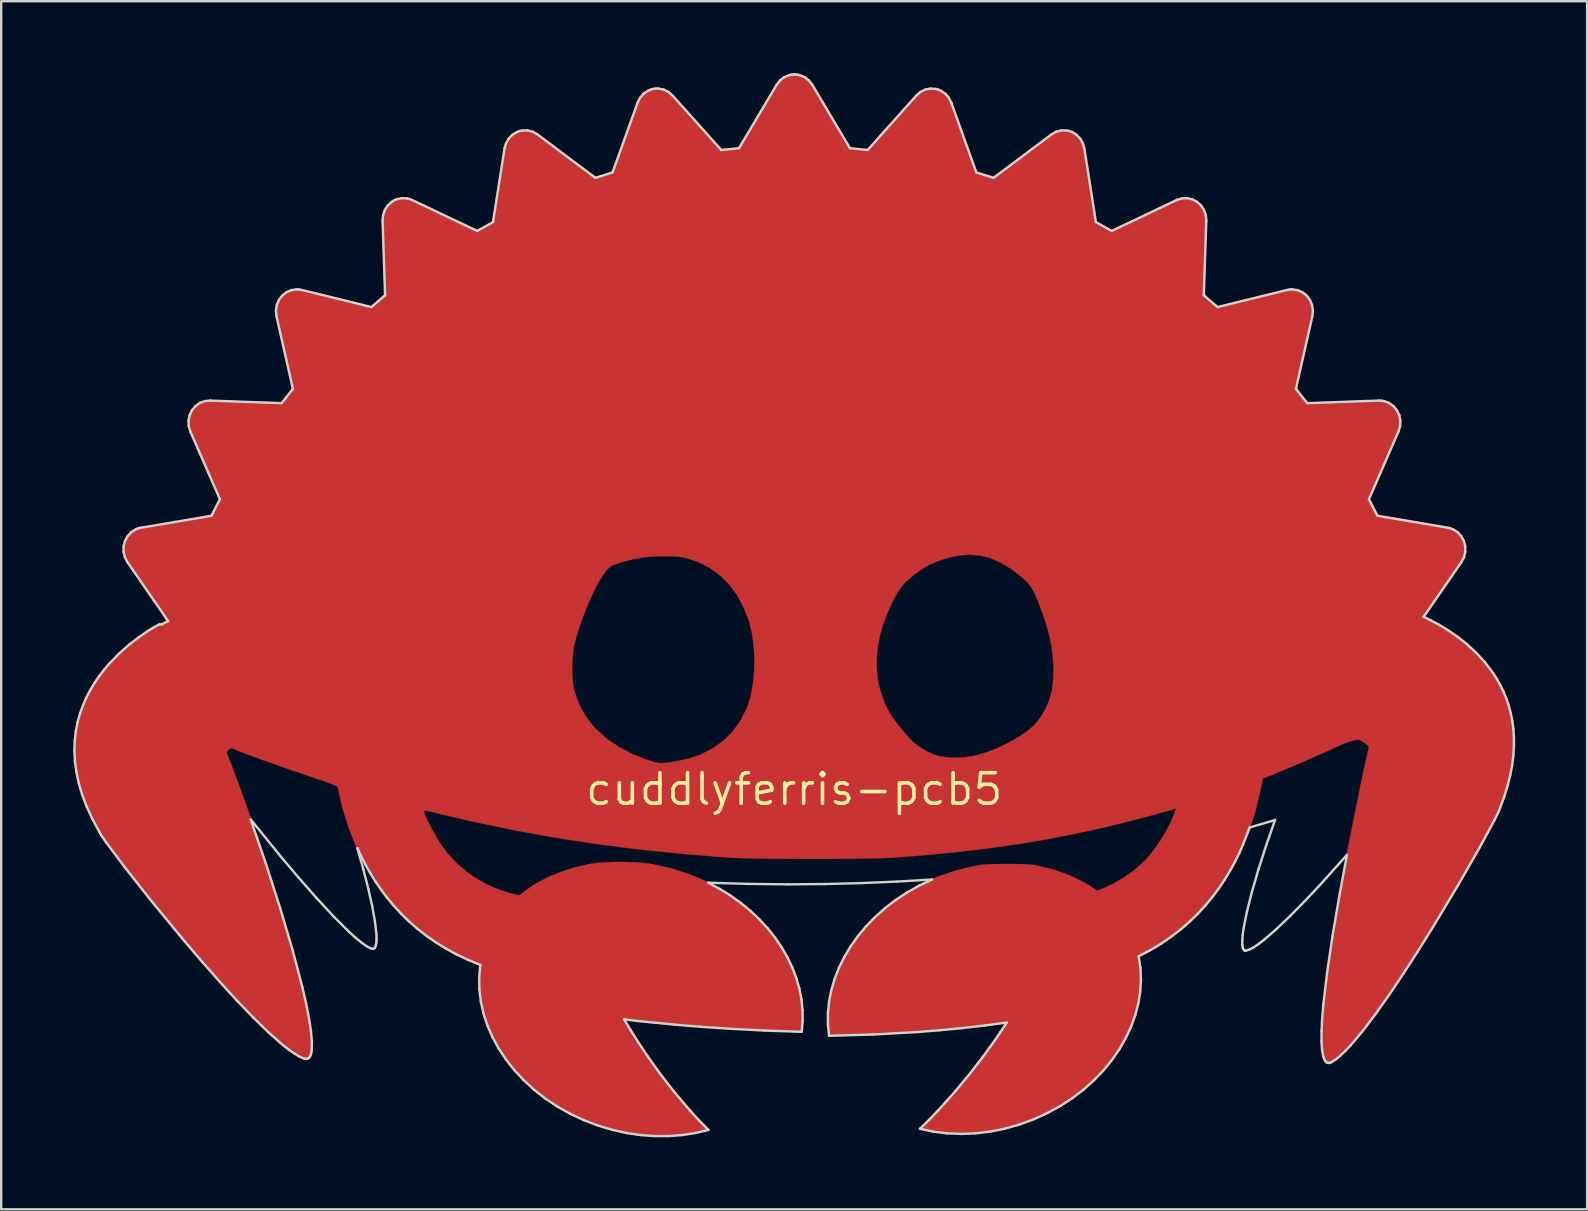
<source format=kicad_pcb>
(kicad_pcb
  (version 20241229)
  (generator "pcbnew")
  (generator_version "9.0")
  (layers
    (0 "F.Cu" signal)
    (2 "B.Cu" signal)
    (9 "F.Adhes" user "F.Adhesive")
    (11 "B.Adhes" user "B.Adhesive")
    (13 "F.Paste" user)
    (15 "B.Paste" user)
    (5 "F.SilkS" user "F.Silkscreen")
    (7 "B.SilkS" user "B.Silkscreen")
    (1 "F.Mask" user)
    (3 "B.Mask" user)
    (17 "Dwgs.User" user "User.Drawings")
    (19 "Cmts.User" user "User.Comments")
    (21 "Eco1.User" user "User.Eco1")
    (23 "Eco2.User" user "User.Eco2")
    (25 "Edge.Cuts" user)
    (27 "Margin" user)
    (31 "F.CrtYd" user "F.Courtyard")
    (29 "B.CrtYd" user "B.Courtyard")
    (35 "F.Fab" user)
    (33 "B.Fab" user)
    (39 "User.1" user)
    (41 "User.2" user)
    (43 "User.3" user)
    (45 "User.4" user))
  (footprint "cuddlyferris-pcb5"
    (layer "F.Cu")
    (at 30.042 29.836)
    (property "Reference" "cuddlyferris-pcb5" (at 0 0 0) (layer "F.SilkS") (effects (font (size 1.27 1.27) (thickness 0.15))))
    (attr through_hole)
    (fp_poly (pts (xy 0.249 -29.778) (xy 0.352 -29.745) (xy 0.475 -29.675) (xy 0.598 -29.578) (xy 0.615 -29.562) (xy 0.665 -29.497) (xy 0.752 -29.369) (xy 0.87 -29.185) (xy 1.014 -28.955) (xy 1.178 -28.689) (xy 1.357 -28.394) (xy 1.544 -28.081) (xy 1.545 -28.079) (xy 2.348 -26.722) (xy 2.703 -26.694) (xy 2.865 -26.682) (xy 2.99 -26.676) (xy 3.059 -26.676) (xy 3.066 -26.678) (xy 3.095 -26.711) (xy 3.174 -26.801) (xy 3.298 -26.94) (xy 3.459 -27.121) (xy 3.651 -27.337) (xy 3.869 -27.581) (xy 4.106 -27.847) (xy 4.137 -27.881) (xy 4.428 -28.206) (xy 4.67 -28.474) (xy 4.87 -28.689) (xy 5.034 -28.857) (xy 5.17 -28.985) (xy 5.284 -29.078) (xy 5.382 -29.141) (xy 5.473 -29.18) (xy 5.563 -29.201) (xy 5.658 -29.209) (xy 5.745 -29.21) (xy 5.978 -29.175) (xy 6.2 -29.078) (xy 6.381 -28.935) (xy 6.418 -28.891) (xy 6.458 -28.816) (xy 6.523 -28.67) (xy 6.609 -28.459) (xy 6.713 -28.194) (xy 6.831 -27.882) (xy 6.961 -27.532) (xy 7.066 -27.239) (xy 7.608 -25.728) (xy 7.921 -25.627) (xy 8.079 -25.58) (xy 8.212 -25.55) (xy 8.294 -25.541) (xy 8.301 -25.542) (xy 8.35 -25.57) (xy 8.457 -25.644) (xy 8.616 -25.757) (xy 8.818 -25.903) (xy 9.055 -26.077) (xy 9.319 -26.272) (xy 9.565 -26.457) (xy 9.85 -26.669) (xy 10.119 -26.867) (xy 10.363 -27.044) (xy 10.575 -27.195) (xy 10.744 -27.312) (xy 10.862 -27.39) (xy 10.915 -27.419) (xy 11.132 -27.47) (xy 11.373 -27.46) (xy 11.603 -27.395) (xy 11.735 -27.323) (xy 11.813 -27.264) (xy 11.88 -27.203) (xy 11.938 -27.129) (xy 11.989 -27.037) (xy 12.036 -26.916) (xy 12.08 -26.759) (xy 12.126 -26.558) (xy 12.174 -26.304) (xy 12.228 -25.99) (xy 12.289 -25.607) (xy 12.346 -25.24) (xy 12.59 -23.662) (xy 12.888 -23.488) (xy 13.032 -23.407) (xy 13.15 -23.346) (xy 13.22 -23.315) (xy 13.229 -23.314) (xy 13.276 -23.331) (xy 13.39 -23.382) (xy 13.562 -23.46) (xy 13.784 -23.564) (xy 14.047 -23.687) (xy 14.341 -23.827) (xy 14.626 -23.964) (xy 15.981 -24.615) (xy 16.301 -24.616) (xy 16.563 -24.596) (xy 16.765 -24.526) (xy 16.924 -24.399) (xy 17.057 -24.204) (xy 17.084 -24.15) (xy 17.201 -23.911) (xy 17.151 -22.422) (xy 17.139 -22.068) (xy 17.129 -21.733) (xy 17.12 -21.43) (xy 17.112 -21.17) (xy 17.106 -20.963) (xy 17.103 -20.82) (xy 17.102 -20.76) (xy 17.107 -20.671) (xy 17.131 -20.6) (xy 17.186 -20.527) (xy 17.286 -20.433) (xy 17.379 -20.354) (xy 17.655 -20.122) (xy 19.083 -20.478) (xy 19.473 -20.573) (xy 19.828 -20.657) (xy 20.139 -20.727) (xy 20.398 -20.782) (xy 20.595 -20.819) (xy 20.722 -20.836) (xy 20.743 -20.837) (xy 20.983 -20.81) (xy 21.204 -20.727) (xy 21.377 -20.599) (xy 21.387 -20.588) (xy 21.487 -20.439) (xy 21.57 -20.246) (xy 21.622 -20.05) (xy 21.631 -19.952) (xy 21.622 -19.871) (xy 21.596 -19.717) (xy 21.555 -19.502) (xy 21.502 -19.237) (xy 21.437 -18.933) (xy 21.364 -18.599) (xy 21.294 -18.283) (xy 21.216 -17.938) (xy 21.144 -17.618) (xy 21.081 -17.332) (xy 21.028 -17.091) (xy 20.989 -16.904) (xy 20.963 -16.78) (xy 20.955 -16.73) (xy 20.98 -16.671) (xy 21.046 -16.566) (xy 21.141 -16.436) (xy 21.17 -16.4) (xy 21.386 -16.129) (xy 21.668 -16.129) (xy 21.783 -16.13) (xy 21.969 -16.135) (xy 22.212 -16.142) (xy 22.499 -16.151) (xy 22.816 -16.162) (xy 23.149 -16.174) (xy 23.214 -16.176) (xy 23.608 -16.191) (xy 23.929 -16.2) (xy 24.184 -16.203) (xy 24.385 -16.199) (xy 24.541 -16.187) (xy 24.662 -16.164) (xy 24.758 -16.131) (xy 24.84 -16.087) (xy 24.916 -16.029) (xy 24.977 -15.976) (xy 25.149 -15.768) (xy 25.245 -15.524) (xy 25.266 -15.242) (xy 25.263 -15.21) (xy 25.252 -15.13) (xy 25.228 -15.031) (xy 25.187 -14.905) (xy 25.128 -14.743) (xy 25.046 -14.538) (xy 24.939 -14.282) (xy 24.803 -13.966) (xy 24.635 -13.583) (xy 24.61 -13.525) (xy 23.976 -12.086) (xy 24.145 -11.769) (xy 24.223 -11.622) (xy 24.286 -11.507) (xy 24.322 -11.442) (xy 24.327 -11.434) (xy 24.371 -11.423) (xy 24.488 -11.4) (xy 24.671 -11.366) (xy 24.909 -11.323) (xy 25.193 -11.273) (xy 25.515 -11.217) (xy 25.864 -11.157) (xy 25.888 -11.153) (xy 26.295 -11.083) (xy 26.627 -11.025) (xy 26.892 -10.976) (xy 27.101 -10.936) (xy 27.26 -10.901) (xy 27.38 -10.87) (xy 27.469 -10.842) (xy 27.536 -10.813) (xy 27.588 -10.783) (xy 27.602 -10.773) (xy 27.772 -10.608) (xy 27.896 -10.393) (xy 27.968 -10.149) (xy 27.983 -9.9) (xy 27.934 -9.668) (xy 27.906 -9.604) (xy 27.863 -9.532) (xy 27.778 -9.401) (xy 27.658 -9.219) (xy 27.51 -8.998) (xy 27.34 -8.748) (xy 27.155 -8.477) (xy 27.078 -8.365) (xy 26.892 -8.095) (xy 26.722 -7.846) (xy 26.573 -7.627) (xy 26.452 -7.447) (xy 26.364 -7.315) (xy 26.316 -7.239) (xy 26.308 -7.226) (xy 26.335 -7.184) (xy 26.425 -7.12) (xy 26.564 -7.043) (xy 26.595 -7.027) (xy 26.919 -6.852) (xy 27.273 -6.631) (xy 27.633 -6.38) (xy 27.973 -6.119) (xy 28.267 -5.864) (xy 28.29 -5.843) (xy 28.769 -5.341) (xy 29.167 -4.819) (xy 29.486 -4.272) (xy 29.728 -3.697) (xy 29.893 -3.089) (xy 29.986 -2.444) (xy 30.002 -2.18) (xy 29.99 -1.509) (xy 29.903 -0.818) (xy 29.741 -0.116) (xy 29.509 0.585) (xy 29.208 1.274) (xy 29.181 1.329) (xy 28.952 1.772) (xy 28.681 2.274) (xy 28.373 2.826) (xy 28.035 3.416) (xy 27.672 4.035) (xy 27.292 4.673) (xy 26.9 5.32) (xy 26.502 5.966) (xy 26.104 6.601) (xy 25.713 7.214) (xy 25.335 7.796) (xy 24.976 8.337) (xy 24.641 8.826) (xy 24.34 9.25) (xy 23.996 9.713) (xy 23.671 10.127) (xy 23.369 10.489) (xy 23.093 10.796) (xy 22.845 11.046) (xy 22.629 11.235) (xy 22.447 11.36) (xy 22.302 11.418) (xy 22.197 11.407) (xy 22.193 11.405) (xy 22.125 11.35) (xy 22.073 11.276) (xy 22.035 11.169) (xy 22.009 11.018) (xy 21.992 10.811) (xy 21.981 10.536) (xy 21.978 10.393) (xy 21.979 9.947) (xy 22.001 9.446) (xy 22.044 8.885) (xy 22.107 8.262) (xy 22.192 7.573) (xy 22.3 6.816) (xy 22.429 5.987) (xy 22.581 5.083) (xy 22.755 4.106) (xy 22.822 3.745) (xy 22.898 3.344) (xy 22.982 2.91) (xy 23.071 2.452) (xy 23.164 1.98) (xy 23.259 1.501) (xy 23.355 1.024) (xy 23.449 0.558) (xy 23.541 0.111) (xy 23.627 -0.309) (xy 23.707 -0.692) (xy 23.779 -1.03) (xy 23.841 -1.315) (xy 23.892 -1.538) (xy 23.929 -1.691) (xy 23.941 -1.737) (xy 23.917 -1.801) (xy 23.818 -1.891) (xy 23.743 -1.943) (xy 23.62 -2.02) (xy 23.534 -2.058) (xy 23.448 -2.063) (xy 23.329 -2.041) (xy 23.288 -2.032) (xy 23.155 -1.992) (xy 22.971 -1.924) (xy 22.761 -1.838) (xy 22.564 -1.748) (xy 22.381 -1.664) (xy 22.14 -1.555) (xy 21.854 -1.428) (xy 21.539 -1.29) (xy 21.209 -1.147) (xy 20.878 -1.004) (xy 20.561 -0.869) (xy 20.272 -0.747) (xy 20.027 -0.645) (xy 19.838 -0.569) (xy 19.786 -0.548) (xy 19.527 -0.449) (xy 19.436 0.003) (xy 19.208 0.957) (xy 18.918 1.853) (xy 18.565 2.693) (xy 18.149 3.477) (xy 17.67 4.207) (xy 17.126 4.884) (xy 16.607 5.425) (xy 16.252 5.744) (xy 15.861 6.058) (xy 15.453 6.352) (xy 15.05 6.613) (xy 14.67 6.826) (xy 14.552 6.884) (xy 14.393 6.959) (xy 14.425 7.236) (xy 14.459 7.9) (xy 14.412 8.564) (xy 14.284 9.219) (xy 14.079 9.853) (xy 13.881 10.296) (xy 13.517 10.928) (xy 13.084 11.518) (xy 12.59 12.061) (xy 12.042 12.555) (xy 11.445 12.996) (xy 10.807 13.382) (xy 10.133 13.71) (xy 9.432 13.976) (xy 8.708 14.177) (xy 7.969 14.31) (xy 7.221 14.373) (xy 6.471 14.362) (xy 5.725 14.274) (xy 5.432 14.217) (xy 5.212 14.169) (xy 5.847 13.495) (xy 6.571 12.698) (xy 7.234 11.909) (xy 7.786 11.197) (xy 7.937 10.993) (xy 8.099 10.77) (xy 8.263 10.542) (xy 8.42 10.321) (xy 8.56 10.121) (xy 8.673 9.955) (xy 8.751 9.837) (xy 8.775 9.797) (xy 8.762 9.773) (xy 8.677 9.772) (xy 8.56 9.786) (xy 7.809 9.883) (xy 6.989 9.973) (xy 6.115 10.054) (xy 5.201 10.126) (xy 4.262 10.187) (xy 3.314 10.236) (xy 2.384 10.271) (xy 1.446 10.299) (xy 1.416 10.143) (xy 1.407 10.044) (xy 1.402 9.881) (xy 1.401 9.673) (xy 1.405 9.442) (xy 1.408 9.364) (xy 1.423 9.054) (xy 1.445 8.802) (xy 1.48 8.582) (xy 1.528 8.366) (xy 1.535 8.34) (xy 1.729 7.72) (xy 1.976 7.146) (xy 2.282 6.605) (xy 2.655 6.086) (xy 3.102 5.576) (xy 3.298 5.376) (xy 3.903 4.835) (xy 4.549 4.366) (xy 5.238 3.968) (xy 5.973 3.639) (xy 6.758 3.377) (xy 7.36 3.229) (xy 7.545 3.192) (xy 7.707 3.163) (xy 7.862 3.143) (xy 8.029 3.129) (xy 8.225 3.12) (xy 8.467 3.116) (xy 8.773 3.114) (xy 8.848 3.114) (xy 9.194 3.114) (xy 9.471 3.119) (xy 9.694 3.128) (xy 9.878 3.142) (xy 10.04 3.163) (xy 10.18 3.189) (xy 10.832 3.354) (xy 11.45 3.575) (xy 12.019 3.847) (xy 12.338 4.036) (xy 12.631 4.226) (xy 12.846 4.141) (xy 13.29 3.936) (xy 13.735 3.676) (xy 14.157 3.375) (xy 14.53 3.053) (xy 14.69 2.889) (xy 14.976 2.544) (xy 15.253 2.148) (xy 15.506 1.725) (xy 15.719 1.304) (xy 15.857 0.966) (xy 15.89 0.862) (xy 15.892 0.819) (xy 15.858 0.817) (xy 15.842 0.821) (xy 15.615 0.889) (xy 15.325 0.97) (xy 14.995 1.062) (xy 14.644 1.157) (xy 14.292 1.25) (xy 13.961 1.336) (xy 13.803 1.376) (xy 12.668 1.647) (xy 11.545 1.889) (xy 10.422 2.104) (xy 9.285 2.293) (xy 8.121 2.458) (xy 6.915 2.602) (xy 5.654 2.727) (xy 4.325 2.835) (xy 4.17 2.846) (xy 3.94 2.858) (xy 3.635 2.869) (xy 3.266 2.879) (xy 2.844 2.886) (xy 2.378 2.893) (xy 1.879 2.897) (xy 1.357 2.9) (xy 0.822 2.901) (xy 0.285 2.9) (xy -0.244 2.898) (xy -0.754 2.894) (xy -1.236 2.889) (xy -1.679 2.882) (xy -2.073 2.873) (xy -2.407 2.863) (xy -2.672 2.851) (xy -2.752 2.846) (xy -4.656 2.694) (xy -6.496 2.504) (xy -8.286 2.275) (xy -10.038 2.003) (xy -11.765 1.689) (xy -13.48 1.328) (xy -14.871 1.001) (xy -15.097 0.944) (xy -15.259 0.907) (xy -15.363 0.897) (xy -15.412 0.923) (xy -15.41 0.994) (xy -15.363 1.118) (xy -15.275 1.304) (xy -15.157 1.545) (xy -14.832 2.133) (xy -14.459 2.654) (xy -14.033 3.112) (xy -13.551 3.512) (xy -13.123 3.793) (xy -12.877 3.925) (xy -12.588 4.058) (xy -12.285 4.182) (xy -11.995 4.284) (xy -11.743 4.355) (xy -11.702 4.364) (xy -11.445 4.417) (xy -11.229 4.246) (xy -10.802 3.951) (xy -10.308 3.686) (xy -9.76 3.455) (xy -9.172 3.265) (xy -8.558 3.121) (xy -8.488 3.108) (xy -8.212 3.07) (xy -7.875 3.045) (xy -7.499 3.031) (xy -7.108 3.029) (xy -6.723 3.038) (xy -6.367 3.06) (xy -6.064 3.093) (xy -5.99 3.105) (xy -5.138 3.29) (xy -4.333 3.546) (xy -3.575 3.872) (xy -2.865 4.267) (xy -2.202 4.733) (xy -1.588 5.267) (xy -1.519 5.334) (xy -1.018 5.874) (xy -0.598 6.425) (xy -0.256 6.992) (xy 0.011 7.583) (xy 0.207 8.204) (xy 0.335 8.86) (xy 0.342 8.911) (xy 0.358 9.083) (xy 0.367 9.285) (xy 0.37 9.499) (xy 0.367 9.706) (xy 0.358 9.889) (xy 0.343 10.027) (xy 0.324 10.103) (xy 0.32 10.108) (xy 0.271 10.114) (xy 0.148 10.115) (xy -0.039 10.112) (xy -0.281 10.106) (xy -0.569 10.097) (xy -0.891 10.085) (xy -1.237 10.07) (xy -1.599 10.054) (xy -1.966 10.037) (xy -2.329 10.018) (xy -2.676 9.998) (xy -2.999 9.979) (xy -3.175 9.967) (xy -3.629 9.935) (xy -4.091 9.9) (xy -4.549 9.864) (xy -4.995 9.826) (xy -5.418 9.789) (xy -5.81 9.753) (xy -6.16 9.718) (xy -6.459 9.686) (xy -6.698 9.658) (xy -6.866 9.634) (xy -6.918 9.625) (xy -7.041 9.6) (xy -6.923 9.806) (xy -6.82 9.978) (xy -6.677 10.203) (xy -6.506 10.466) (xy -6.317 10.752) (xy -6.12 11.043) (xy -5.926 11.326) (xy -5.745 11.584) (xy -5.588 11.802) (xy -5.552 11.851) (xy -5.207 12.3) (xy -4.846 12.748) (xy -4.485 13.174) (xy -4.141 13.559) (xy -3.94 13.771) (xy -3.774 13.947) (xy -3.663 14.072) (xy -3.603 14.156) (xy -3.586 14.205) (xy -3.598 14.224) (xy -3.674 14.251) (xy -3.816 14.285) (xy -4.007 14.324) (xy -4.231 14.363) (xy -4.47 14.4) (xy -4.705 14.432) (xy -4.748 14.437) (xy -5.024 14.459) (xy -5.354 14.47) (xy -5.709 14.47) (xy -6.058 14.459) (xy -6.371 14.437) (xy -6.456 14.429) (xy -6.763 14.384) (xy -7.118 14.316) (xy -7.49 14.231) (xy -7.849 14.137) (xy -8.149 14.045) (xy -8.925 13.745) (xy -9.647 13.381) (xy -10.318 12.95) (xy -10.942 12.451) (xy -11.324 12.09) (xy -11.685 11.704) (xy -11.987 11.332) (xy -12.249 10.948) (xy -12.488 10.53) (xy -12.508 10.49) (xy -12.749 9.984) (xy -12.926 9.503) (xy -13.046 9.026) (xy -13.115 8.527) (xy -13.137 7.985) (xy -13.137 7.953) (xy -13.137 7.334) (xy -13.633 7.115) (xy -14.074 6.902) (xy -14.54 6.645) (xy -14.999 6.363) (xy -15.418 6.075) (xy -15.624 5.911) (xy -15.867 5.7) (xy -16.128 5.456) (xy -16.392 5.199) (xy -16.639 4.944) (xy -16.853 4.708) (xy -16.988 4.546) (xy -17.454 3.891) (xy -17.877 3.174) (xy -18.249 2.41) (xy -18.564 1.615) (xy -18.814 0.802) (xy -18.902 0.445) (xy -18.947 0.245) (xy -18.986 0.074) (xy -19.015 -0.051) (xy -19.03 -0.111) (xy -19.03 -0.111) (xy -19.072 -0.136) (xy -19.185 -0.184) (xy -19.358 -0.25) (xy -19.581 -0.331) (xy -19.844 -0.423) (xy -20.137 -0.522) (xy -20.222 -0.55) (xy -20.571 -0.668) (xy -20.947 -0.797) (xy -21.339 -0.934) (xy -21.733 -1.073) (xy -22.116 -1.21) (xy -22.475 -1.341) (xy -22.796 -1.46) (xy -23.068 -1.563) (xy -23.277 -1.645) (xy -23.331 -1.668) (xy -23.433 -1.706) (xy -23.495 -1.704) (xy -23.552 -1.657) (xy -23.569 -1.639) (xy -23.655 -1.545) (xy -23.506 -1.164) (xy -23.324 -0.688) (xy -23.123 -0.146) (xy -22.908 0.449) (xy -22.683 1.082) (xy -22.454 1.739) (xy -22.226 2.405) (xy -22.003 3.065) (xy -21.791 3.707) (xy -21.594 4.314) (xy -21.418 4.873) (xy -21.401 4.929) (xy -21.114 5.878) (xy -20.863 6.75) (xy -20.648 7.546) (xy -20.467 8.265) (xy -20.322 8.907) (xy -20.213 9.473) (xy -20.139 9.963) (xy -20.1 10.377) (xy -20.094 10.543) (xy -20.093 10.764) (xy -20.099 10.919) (xy -20.113 11.026) (xy -20.139 11.103) (xy -20.165 11.151) (xy -20.232 11.232) (xy -20.309 11.255) (xy -20.39 11.247) (xy -20.568 11.188) (xy -20.793 11.063) (xy -21.062 10.876) (xy -21.372 10.63) (xy -21.72 10.326) (xy -22.103 9.969) (xy -22.52 9.56) (xy -22.966 9.104) (xy -23.439 8.604) (xy -23.937 8.061) (xy -24.455 7.479) (xy -24.993 6.862) (xy -25.546 6.211) (xy -26.112 5.531) (xy -26.688 4.823) (xy -27.271 4.092) (xy -27.693 3.553) (xy -27.982 3.18) (xy -28.224 2.864) (xy -28.426 2.595) (xy -28.594 2.363) (xy -28.736 2.16) (xy -28.856 1.976) (xy -28.963 1.802) (xy -29.061 1.627) (xy -29.159 1.444) (xy -29.204 1.355) (xy -29.432 0.883) (xy -29.612 0.455) (xy -29.753 0.049) (xy -29.86 -0.358) (xy -29.942 -0.785) (xy -29.952 -0.847) (xy -30.011 -1.5) (xy -29.987 -2.144) (xy -29.882 -2.775) (xy -29.698 -3.391) (xy -29.436 -3.987) (xy -29.098 -4.561) (xy -28.736 -5.042) (xy -9.251 -5.042) (xy -9.243 -4.709) (xy -9.218 -4.405) (xy -9.176 -4.156) (xy -9.169 -4.128) (xy -8.989 -3.604) (xy -8.734 -3.117) (xy -8.406 -2.672) (xy -8.227 -2.478) (xy -7.793 -2.096) (xy -7.293 -1.757) (xy -6.735 -1.465) (xy -6.129 -1.227) (xy -5.927 -1.163) (xy -5.789 -1.124) (xy -5.677 -1.099) (xy -5.571 -1.088) (xy -5.45 -1.091) (xy -5.292 -1.108) (xy -5.076 -1.137) (xy -5.016 -1.146) (xy -4.424 -1.268) (xy -3.882 -1.455) (xy -3.392 -1.705) (xy -2.958 -2.017) (xy -2.581 -2.388) (xy -2.264 -2.817) (xy -2.01 -3.301) (xy -1.918 -3.535) (xy -1.795 -3.963) (xy -1.711 -4.446) (xy -1.666 -4.964) (xy -1.664 -5.079) (xy 3.436 -5.079) (xy 3.469 -4.652) (xy 3.504 -4.444) (xy 3.624 -3.988) (xy 3.789 -3.551) (xy 3.979 -3.175) (xy 4.098 -2.993) (xy 4.259 -2.774) (xy 4.446 -2.538) (xy 4.64 -2.308) (xy 4.824 -2.104) (xy 4.975 -1.954) (xy 5.218 -1.765) (xy 5.505 -1.593) (xy 5.803 -1.455) (xy 6.039 -1.379) (xy 6.344 -1.33) (xy 6.697 -1.314) (xy 7.066 -1.33) (xy 7.421 -1.378) (xy 7.586 -1.414) (xy 8.044 -1.549) (xy 8.479 -1.719) (xy 8.923 -1.936) (xy 9.114 -2.042) (xy 9.445 -2.24) (xy 9.711 -2.424) (xy 9.927 -2.605) (xy 10.108 -2.796) (xy 10.269 -3.011) (xy 10.48 -3.363) (xy 10.634 -3.727) (xy 10.736 -4.118) (xy 10.791 -4.553) (xy 10.805 -4.953) (xy 10.787 -5.435) (xy 10.729 -5.913) (xy 10.629 -6.406) (xy 10.482 -6.929) (xy 10.285 -7.501) (xy 10.28 -7.514) (xy 10.157 -7.836) (xy 10.049 -8.092) (xy 9.947 -8.295) (xy 9.844 -8.461) (xy 9.73 -8.603) (xy 9.597 -8.737) (xy 9.497 -8.826) (xy 9.045 -9.177) (xy 8.603 -9.446) (xy 8.164 -9.635) (xy 7.721 -9.745) (xy 7.268 -9.778) (xy 6.796 -9.734) (xy 6.299 -9.614) (xy 5.92 -9.482) (xy 5.598 -9.336) (xy 5.282 -9.147) (xy 4.956 -8.904) (xy 4.639 -8.631) (xy 4.477 -8.449) (xy 4.306 -8.197) (xy 4.135 -7.889) (xy 3.968 -7.538) (xy 3.812 -7.158) (xy 3.674 -6.762) (xy 3.573 -6.413) (xy 3.489 -5.989) (xy 3.442 -5.535) (xy 3.436 -5.079) (xy -1.664 -5.079) (xy -1.659 -5.496) (xy -1.692 -6.022) (xy -1.763 -6.521) (xy -1.874 -6.973) (xy -1.887 -7.015) (xy -2.11 -7.587) (xy -2.386 -8.094) (xy -2.714 -8.538) (xy -3.092 -8.915) (xy -3.52 -9.224) (xy -3.996 -9.465) (xy -4.445 -9.616) (xy -4.606 -9.656) (xy -4.757 -9.683) (xy -4.922 -9.7) (xy -5.122 -9.709) (xy -5.379 -9.712) (xy -5.461 -9.712) (xy -5.907 -9.699) (xy -6.311 -9.658) (xy -6.709 -9.586) (xy -7.131 -9.475) (xy -7.324 -9.417) (xy -7.496 -9.359) (xy -7.615 -9.304) (xy -7.71 -9.234) (xy -7.808 -9.128) (xy -7.875 -9.047) (xy -8.031 -8.828) (xy -8.198 -8.54) (xy -8.372 -8.2) (xy -8.545 -7.82) (xy -8.712 -7.417) (xy -8.867 -7.005) (xy -9.003 -6.598) (xy -9.114 -6.211) (xy -9.173 -5.968) (xy -9.216 -5.696) (xy -9.242 -5.379) (xy -9.251 -5.042) (xy -28.736 -5.042) (xy -28.685 -5.108) (xy -28.201 -5.627) (xy -27.645 -6.112) (xy -27.107 -6.504) (xy -26.897 -6.638) (xy -26.686 -6.761) (xy -26.489 -6.864) (xy -26.324 -6.941) (xy -26.205 -6.981) (xy -26.173 -6.985) (xy -26.164 -6.996) (xy -26.175 -7.032) (xy -26.21 -7.1) (xy -26.274 -7.204) (xy -26.369 -7.352) (xy -26.5 -7.548) (xy -26.67 -7.798) (xy -26.883 -8.109) (xy -27.03 -8.321) (xy -27.271 -8.674) (xy -27.482 -8.988) (xy -27.657 -9.256) (xy -27.794 -9.475) (xy -27.889 -9.637) (xy -27.939 -9.738) (xy -27.944 -9.752) (xy -27.973 -10.008) (xy -27.932 -10.264) (xy -27.829 -10.502) (xy -27.671 -10.7) (xy -27.495 -10.827) (xy -27.425 -10.849) (xy -27.282 -10.883) (xy -27.076 -10.927) (xy -26.817 -10.978) (xy -26.515 -11.034) (xy -26.182 -11.094) (xy -25.845 -11.153) (xy -24.32 -11.413) (xy -24.142 -11.754) (xy -23.963 -12.095) (xy -24.604 -13.551) (xy -24.769 -13.928) (xy -24.904 -14.236) (xy -25.01 -14.485) (xy -25.092 -14.682) (xy -25.152 -14.837) (xy -25.194 -14.958) (xy -25.222 -15.055) (xy -25.237 -15.135) (xy -25.245 -15.209) (xy -25.247 -15.282) (xy -25.215 -15.571) (xy -25.114 -15.812) (xy -24.941 -16.011) (xy -24.934 -16.017) (xy -24.861 -16.075) (xy -24.786 -16.121) (xy -24.701 -16.156) (xy -24.595 -16.181) (xy -24.458 -16.196) (xy -24.281 -16.204) (xy -24.054 -16.203) (xy -23.766 -16.197) (xy -23.409 -16.185) (xy -23.211 -16.177) (xy -22.876 -16.165) (xy -22.554 -16.153) (xy -22.258 -16.144) (xy -22.002 -16.136) (xy -21.801 -16.131) (xy -21.668 -16.129) (xy -21.653 -16.129) (xy -21.356 -16.129) (xy -21.138 -16.415) (xy -20.92 -16.701) (xy -21.25 -18.161) (xy -21.328 -18.509) (xy -21.401 -18.836) (xy -21.467 -19.133) (xy -21.523 -19.389) (xy -21.567 -19.592) (xy -21.596 -19.733) (xy -21.608 -19.794) (xy -21.611 -20.047) (xy -21.541 -20.29) (xy -21.41 -20.508) (xy -21.229 -20.682) (xy -21.007 -20.796) (xy -20.96 -20.81) (xy -20.895 -20.826) (xy -20.836 -20.838) (xy -20.773 -20.844) (xy -20.699 -20.843) (xy -20.605 -20.833) (xy -20.484 -20.812) (xy -20.326 -20.78) (xy -20.125 -20.735) (xy -19.872 -20.674) (xy -19.558 -20.598) (xy -19.175 -20.503) (xy -18.881 -20.43) (xy -17.632 -20.121) (xy -17.357 -20.356) (xy -17.232 -20.462) (xy -17.135 -20.544) (xy -17.081 -20.589) (xy -17.075 -20.593) (xy -17.075 -20.634) (xy -17.078 -20.751) (xy -17.083 -20.934) (xy -17.09 -21.174) (xy -17.1 -21.461) (xy -17.111 -21.788) (xy -17.123 -22.143) (xy -17.125 -22.204) (xy -17.14 -22.649) (xy -17.151 -23.018) (xy -17.158 -23.319) (xy -17.159 -23.562) (xy -17.153 -23.754) (xy -17.142 -23.904) (xy -17.122 -24.021) (xy -17.095 -24.113) (xy -17.06 -24.189) (xy -17.015 -24.257) (xy -16.968 -24.317) (xy -16.769 -24.499) (xy -16.534 -24.605) (xy -16.274 -24.638) (xy -16.206 -24.636) (xy -16.136 -24.627) (xy -16.056 -24.607) (xy -15.955 -24.574) (xy -15.826 -24.524) (xy -15.661 -24.452) (xy -15.45 -24.356) (xy -15.184 -24.232) (xy -14.856 -24.077) (xy -14.656 -23.982) (xy -14.337 -23.831) (xy -14.041 -23.692) (xy -13.776 -23.57) (xy -13.553 -23.468) (xy -13.379 -23.39) (xy -13.264 -23.342) (xy -13.217 -23.326) (xy -13.161 -23.344) (xy -13.053 -23.393) (xy -12.916 -23.46) (xy -12.773 -23.535) (xy -12.646 -23.606) (xy -12.584 -23.643) (xy -12.575 -23.685) (xy -12.556 -23.801) (xy -12.526 -23.982) (xy -12.488 -24.218) (xy -12.443 -24.5) (xy -12.392 -24.819) (xy -12.341 -25.149) (xy -12.285 -25.503) (xy -12.232 -25.837) (xy -12.182 -26.141) (xy -12.138 -26.403) (xy -12.102 -26.612) (xy -12.075 -26.758) (xy -12.061 -26.824) (xy -11.966 -27.038) (xy -11.812 -27.231) (xy -11.622 -27.374) (xy -11.581 -27.394) (xy -11.383 -27.453) (xy -11.16 -27.472) (xy -10.953 -27.448) (xy -10.893 -27.429) (xy -10.832 -27.394) (xy -10.713 -27.313) (xy -10.543 -27.194) (xy -10.331 -27.041) (xy -10.086 -26.861) (xy -9.816 -26.66) (xy -9.543 -26.456) (xy -9.26 -26.243) (xy -8.996 -26.047) (xy -8.76 -25.875) (xy -8.559 -25.731) (xy -8.402 -25.621) (xy -8.296 -25.551) (xy -8.25 -25.527) (xy -8.177 -25.54) (xy -8.054 -25.574) (xy -7.909 -25.619) (xy -7.768 -25.668) (xy -7.658 -25.711) (xy -7.608 -25.737) (xy -7.587 -25.782) (xy -7.541 -25.898) (xy -7.473 -26.076) (xy -7.386 -26.307) (xy -7.284 -26.583) (xy -7.171 -26.893) (xy -7.049 -27.23) (xy -7.031 -27.28) (xy -6.883 -27.69) (xy -6.759 -28.029) (xy -6.655 -28.303) (xy -6.567 -28.522) (xy -6.491 -28.692) (xy -6.423 -28.822) (xy -6.359 -28.919) (xy -6.295 -28.992) (xy -6.227 -29.048) (xy -6.15 -29.096) (xy -6.087 -29.129) (xy -5.88 -29.195) (xy -5.643 -29.207) (xy -5.412 -29.164) (xy -5.316 -29.126) (xy -5.246 -29.079) (xy -5.144 -28.991) (xy -5.006 -28.856) (xy -4.829 -28.671) (xy -4.607 -28.433) (xy -4.339 -28.136) (xy -4.086 -27.854) (xy -3.028 -26.666) (xy -2.689 -26.694) (xy -2.527 -26.71) (xy -2.399 -26.729) (xy -2.328 -26.745) (xy -2.322 -26.749) (xy -2.294 -26.79) (xy -2.229 -26.896) (xy -2.131 -27.059) (xy -2.004 -27.269) (xy -1.854 -27.519) (xy -1.687 -27.801) (xy -1.506 -28.106) (xy -1.503 -28.109) (xy -1.319 -28.418) (xy -1.146 -28.708) (xy -0.987 -28.968) (xy -0.85 -29.191) (xy -0.74 -29.367) (xy -0.661 -29.488) (xy -0.621 -29.544) (xy -0.447 -29.677) (xy -0.226 -29.765) (xy 0.015 -29.8) (xy 0.249 -29.778)) (stroke (width 0.01) (type solid)) (fill yes) (layer "F.Cu"))
    (fp_poly (pts (xy 7.626 -9.799) (xy 8.116 -9.696) (xy 8.593 -9.51) (xy 9.055 -9.243) (xy 9.501 -8.895) (xy 9.656 -8.751) (xy 9.79 -8.614) (xy 9.891 -8.49) (xy 9.978 -8.352) (xy 10.066 -8.174) (xy 10.126 -8.041) (xy 10.395 -7.36) (xy 10.603 -6.695) (xy 10.749 -6.051) (xy 10.832 -5.435) (xy 10.852 -4.851) (xy 10.809 -4.305) (xy 10.701 -3.801) (xy 10.529 -3.347) (xy 10.517 -3.322) (xy 10.356 -3.034) (xy 10.166 -2.776) (xy 9.938 -2.541) (xy 9.662 -2.319) (xy 9.327 -2.103) (xy 8.925 -1.884) (xy 8.705 -1.775) (xy 8.339 -1.607) (xy 8.02 -1.481) (xy 7.726 -1.392) (xy 7.435 -1.334) (xy 7.124 -1.3) (xy 6.837 -1.286) (xy 6.546 -1.282) (xy 6.322 -1.288) (xy 6.149 -1.306) (xy 6.011 -1.334) (xy 5.57 -1.498) (xy 5.17 -1.735) (xy 4.854 -2.004) (xy 4.529 -2.346) (xy 4.263 -2.667) (xy 4.041 -2.989) (xy 3.847 -3.332) (xy 3.83 -3.365) (xy 3.687 -3.664) (xy 3.58 -3.927) (xy 3.504 -4.177) (xy 3.454 -4.435) (xy 3.426 -4.723) (xy 3.413 -5.065) (xy 3.412 -5.228) (xy 3.415 -5.578) (xy 3.427 -5.869) (xy 3.447 -6.094) (xy 3.466 -6.202) (xy 3.577 -6.621) (xy 3.724 -7.063) (xy 3.896 -7.501) (xy 4.085 -7.911) (xy 4.28 -8.269) (xy 4.33 -8.35) (xy 4.487 -8.549) (xy 4.708 -8.763) (xy 4.833 -8.867) (xy 4.977 -8.978) (xy 5.096 -9.065) (xy 5.174 -9.117) (xy 5.197 -9.126) (xy 5.182 -9.087) (xy 5.127 -9.001) (xy 5.059 -8.909) (xy 4.827 -8.539) (xy 4.67 -8.136) (xy 4.587 -7.696) (xy 4.573 -7.388) (xy 4.604 -6.954) (xy 4.695 -6.55) (xy 4.84 -6.186) (xy 5.035 -5.871) (xy 5.274 -5.613) (xy 5.554 -5.423) (xy 5.575 -5.413) (xy 5.807 -5.336) (xy 6.067 -5.31) (xy 6.324 -5.333) (xy 6.545 -5.408) (xy 6.55 -5.41) (xy 6.85 -5.613) (xy 7.1 -5.882) (xy 7.302 -6.22) (xy 7.427 -6.529) (xy 7.53 -6.949) (xy 7.564 -7.377) (xy 7.533 -7.8) (xy 7.437 -8.204) (xy 7.28 -8.575) (xy 7.065 -8.901) (xy 6.981 -8.996) (xy 6.739 -9.216) (xy 6.497 -9.357) (xy 6.244 -9.426) (xy 6.035 -9.433) (xy 5.894 -9.43) (xy 5.794 -9.435) (xy 5.757 -9.446) (xy 5.795 -9.48) (xy 5.897 -9.529) (xy 6.044 -9.587) (xy 6.219 -9.647) (xy 6.403 -9.702) (xy 6.578 -9.746) (xy 6.615 -9.754) (xy 7.125 -9.818) (xy 7.626 -9.799)) (stroke (width 0.01) (type solid)) (fill yes) (layer "F.Mask"))
    (fp_poly (pts (xy -5.123 -9.753) (xy -4.77 -9.724) (xy -4.47 -9.674) (xy -4.403 -9.658) (xy -3.885 -9.478) (xy -3.416 -9.23) (xy -2.997 -8.913) (xy -2.628 -8.529) (xy -2.309 -8.077) (xy -2.042 -7.558) (xy -1.849 -7.048) (xy -1.775 -6.803) (xy -1.719 -6.576) (xy -1.679 -6.347) (xy -1.651 -6.092) (xy -1.631 -5.79) (xy -1.621 -5.546) (xy -1.619 -4.968) (xy -1.658 -4.45) (xy -1.742 -3.977) (xy -1.871 -3.534) (xy -2.033 -3.142) (xy -2.299 -2.668) (xy -2.627 -2.252) (xy -3.013 -1.896) (xy -3.457 -1.601) (xy -3.956 -1.368) (xy -4.508 -1.198) (xy -4.884 -1.124) (xy -5.154 -1.083) (xy -5.357 -1.057) (xy -5.509 -1.044) (xy -5.625 -1.044) (xy -5.723 -1.056) (xy -5.757 -1.063) (xy -5.932 -1.11) (xy -6.157 -1.184) (xy -6.406 -1.276) (xy -6.654 -1.374) (xy -6.874 -1.47) (xy -6.964 -1.513) (xy -7.439 -1.78) (xy -7.857 -2.078) (xy -8.151 -2.336) (xy -8.485 -2.684) (xy -8.751 -3.035) (xy -8.961 -3.41) (xy -9.129 -3.831) (xy -9.172 -3.966) (xy -9.216 -4.118) (xy -9.247 -4.251) (xy -9.268 -4.386) (xy -9.28 -4.543) (xy -9.285 -4.743) (xy -9.287 -5.006) (xy -9.287 -5.016) (xy -9.285 -5.297) (xy -9.278 -5.518) (xy -9.264 -5.702) (xy -9.239 -5.875) (xy -9.201 -6.06) (xy -9.178 -6.16) (xy -9.124 -6.366) (xy -9.054 -6.601) (xy -8.971 -6.853) (xy -8.882 -7.108) (xy -8.789 -7.356) (xy -8.699 -7.586) (xy -8.614 -7.784) (xy -8.541 -7.939) (xy -8.483 -8.041) (xy -8.445 -8.076) (xy -8.44 -8.073) (xy -8.435 -8.022) (xy -8.447 -7.916) (xy -8.463 -7.833) (xy -8.501 -7.534) (xy -8.504 -7.196) (xy -8.472 -6.859) (xy -8.427 -6.636) (xy -8.297 -6.243) (xy -8.125 -5.904) (xy -7.916 -5.624) (xy -7.678 -5.407) (xy -7.416 -5.256) (xy -7.136 -5.176) (xy -6.844 -5.172) (xy -6.546 -5.246) (xy -6.455 -5.285) (xy -6.169 -5.466) (xy -5.922 -5.715) (xy -5.719 -6.023) (xy -5.565 -6.381) (xy -5.463 -6.778) (xy -5.42 -7.207) (xy -5.419 -7.299) (xy -5.455 -7.776) (xy -5.561 -8.21) (xy -5.735 -8.597) (xy -5.976 -8.936) (xy -6.054 -9.02) (xy -6.317 -9.238) (xy -6.599 -9.377) (xy -6.891 -9.435) (xy -7.186 -9.413) (xy -7.477 -9.309) (xy -7.675 -9.187) (xy -7.795 -9.108) (xy -7.859 -9.086) (xy -7.864 -9.12) (xy -7.809 -9.212) (xy -7.803 -9.219) (xy -7.701 -9.304) (xy -7.519 -9.394) (xy -7.265 -9.485) (xy -6.943 -9.577) (xy -6.591 -9.66) (xy -6.262 -9.714) (xy -5.892 -9.748) (xy -5.505 -9.761) (xy -5.123 -9.753)) (stroke (width 0.01) (type solid)) (fill yes) (layer "F.Mask"))
    (fp_line (start -29.992 -1.607) (end -29.971 -1.176) (stroke (width 0.1) (type solid)) (layer "Edge.Cuts"))
    (fp_line (start -29.979 -2.02) (end -29.992 -1.607) (stroke (width 0.1) (type solid)) (layer "Edge.Cuts"))
    (fp_line (start -29.971 -1.176) (end -29.912 -0.729) (stroke (width 0.1) (type solid)) (layer "Edge.Cuts"))
    (fp_line (start -29.933 -2.417) (end -29.979 -2.02) (stroke (width 0.1) (type solid)) (layer "Edge.Cuts"))
    (fp_line (start -29.912 -0.729) (end -29.814 -0.265) (stroke (width 0.1) (type solid)) (layer "Edge.Cuts"))
    (fp_line (start -29.859 -2.796) (end -29.933 -2.417) (stroke (width 0.1) (type solid)) (layer "Edge.Cuts"))
    (fp_line (start -29.814 -0.265) (end -29.672 0.216) (stroke (width 0.1) (type solid)) (layer "Edge.Cuts"))
    (fp_line (start -29.758 -3.159) (end -29.859 -2.796) (stroke (width 0.1) (type solid)) (layer "Edge.Cuts"))
    (fp_line (start -29.672 0.216) (end -29.485 0.714) (stroke (width 0.1) (type solid)) (layer "Edge.Cuts"))
    (fp_line (start -29.633 -3.505) (end -29.758 -3.159) (stroke (width 0.1) (type solid)) (layer "Edge.Cuts"))
    (fp_line (start -29.488 -3.834) (end -29.633 -3.505) (stroke (width 0.1) (type solid)) (layer "Edge.Cuts"))
    (fp_line (start -29.485 0.714) (end -29.249 1.229) (stroke (width 0.1) (type solid)) (layer "Edge.Cuts"))
    (fp_line (start -29.325 -4.146) (end -29.488 -3.834) (stroke (width 0.1) (type solid)) (layer "Edge.Cuts"))
    (fp_line (start -29.249 1.229) (end -28.962 1.76) (stroke (width 0.1) (type solid)) (layer "Edge.Cuts"))
    (fp_line (start -29.146 -4.442) (end -29.325 -4.146) (stroke (width 0.1) (type solid)) (layer "Edge.Cuts"))
    (fp_line (start -28.962 1.76) (end -28.882 1.907) (stroke (width 0.1) (type solid)) (layer "Edge.Cuts"))
    (fp_line (start -28.955 -4.72) (end -29.146 -4.442) (stroke (width 0.1) (type solid)) (layer "Edge.Cuts"))
    (fp_line (start -28.882 1.907) (end -28.663 2.224) (stroke (width 0.1) (type solid)) (layer "Edge.Cuts"))
    (fp_line (start -28.754 -4.982) (end -28.955 -4.72) (stroke (width 0.1) (type solid)) (layer "Edge.Cuts"))
    (fp_line (start -28.663 2.224) (end -27.878 3.27) (stroke (width 0.1) (type solid)) (layer "Edge.Cuts"))
    (fp_line (start -28.546 -5.226) (end -28.754 -4.982) (stroke (width 0.1) (type solid)) (layer "Edge.Cuts"))
    (fp_line (start -28.12 -5.665) (end -28.546 -5.226) (stroke (width 0.1) (type solid)) (layer "Edge.Cuts"))
    (fp_line (start -27.944 -9.895) (end -27.891 -9.673) (stroke (width 0.1) (type solid)) (layer "Edge.Cuts"))
    (fp_line (start -27.942 -10.124) (end -27.944 -9.895) (stroke (width 0.1) (type solid)) (layer "Edge.Cuts"))
    (fp_line (start -27.891 -9.673) (end -27.785 -9.468) (stroke (width 0.1) (type solid)) (layer "Edge.Cuts"))
    (fp_line (start -27.884 -10.348) (end -27.942 -10.124) (stroke (width 0.1) (type solid)) (layer "Edge.Cuts"))
    (fp_line (start -27.878 3.27) (end -26.74 4.71) (stroke (width 0.1) (type solid)) (layer "Edge.Cuts"))
    (fp_line (start -27.785 -9.468) (end -26.087 -7.008) (stroke (width 0.1) (type solid)) (layer "Edge.Cuts"))
    (fp_line (start -27.773 -10.55) (end -27.884 -10.348) (stroke (width 0.1) (type solid)) (layer "Edge.Cuts"))
    (fp_line (start -27.698 -6.036) (end -28.12 -5.665) (stroke (width 0.1) (type solid)) (layer "Edge.Cuts"))
    (fp_line (start -27.619 -10.714) (end -27.773 -10.55) (stroke (width 0.1) (type solid)) (layer "Edge.Cuts"))
    (fp_line (start -27.431 -10.832) (end -27.619 -10.714) (stroke (width 0.1) (type solid)) (layer "Edge.Cuts"))
    (fp_line (start -27.327 -10.872) (end -27.431 -10.832) (stroke (width 0.1) (type solid)) (layer "Edge.Cuts"))
    (fp_line (start -27.304 -6.34) (end -27.698 -6.036) (stroke (width 0.1) (type solid)) (layer "Edge.Cuts"))
    (fp_line (start -27.218 -10.898) (end -27.327 -10.872) (stroke (width 0.1) (type solid)) (layer "Edge.Cuts"))
    (fp_line (start -26.959 -6.576) (end -27.304 -6.34) (stroke (width 0.1) (type solid)) (layer "Edge.Cuts"))
    (fp_line (start -26.74 4.71) (end -25.382 6.356) (stroke (width 0.1) (type solid)) (layer "Edge.Cuts"))
    (fp_line (start -26.686 -6.745) (end -26.959 -6.576) (stroke (width 0.1) (type solid)) (layer "Edge.Cuts"))
    (fp_line (start -26.44 -6.88) (end -26.686 -6.745) (stroke (width 0.1) (type solid)) (layer "Edge.Cuts"))
    (fp_line (start -26.361 -6.863) (end -26.44 -6.88) (stroke (width 0.1) (type solid)) (layer "Edge.Cuts"))
    (fp_line (start -26.087 -7.008) (end -26.361 -6.863) (stroke (width 0.1) (type solid)) (layer "Edge.Cuts"))
    (fp_line (start -25.382 6.356) (end -24.663 7.197) (stroke (width 0.1) (type solid)) (layer "Edge.Cuts"))
    (fp_line (start -25.238 -15.36) (end -25.228 -15.131) (stroke (width 0.1) (type solid)) (layer "Edge.Cuts"))
    (fp_line (start -25.228 -15.131) (end -25.162 -14.909) (stroke (width 0.1) (type solid)) (layer "Edge.Cuts"))
    (fp_line (start -25.193 -15.584) (end -25.238 -15.36) (stroke (width 0.1) (type solid)) (layer "Edge.Cuts"))
    (fp_line (start -25.162 -14.909) (end -23.928 -12.084) (stroke (width 0.1) (type solid)) (layer "Edge.Cuts"))
    (fp_line (start -25.094 -15.792) (end -25.193 -15.584) (stroke (width 0.1) (type solid)) (layer "Edge.Cuts"))
    (fp_line (start -24.947 -15.967) (end -25.094 -15.792) (stroke (width 0.1) (type solid)) (layer "Edge.Cuts"))
    (fp_line (start -24.766 -16.096) (end -24.947 -15.967) (stroke (width 0.1) (type solid)) (layer "Edge.Cuts"))
    (fp_line (start -24.663 7.197) (end -23.939 8.018) (stroke (width 0.1) (type solid)) (layer "Edge.Cuts"))
    (fp_line (start -24.559 -16.173) (end -24.766 -16.096) (stroke (width 0.1) (type solid)) (layer "Edge.Cuts"))
    (fp_line (start -24.338 -16.196) (end -24.559 -16.173) (stroke (width 0.1) (type solid)) (layer "Edge.Cuts"))
    (fp_line (start -24.281 -11.396) (end -27.218 -10.898) (stroke (width 0.1) (type solid)) (layer "Edge.Cuts"))
    (fp_line (start -23.939 8.018) (end -23.227 8.797) (stroke (width 0.1) (type solid)) (layer "Edge.Cuts"))
    (fp_line (start -23.928 -12.084) (end -24.281 -11.396) (stroke (width 0.1) (type solid)) (layer "Edge.Cuts"))
    (fp_line (start -23.227 8.797) (end -22.543 9.509) (stroke (width 0.1) (type solid)) (layer "Edge.Cuts"))
    (fp_line (start -22.645 1.259) (end -21.379 2.821) (stroke (width 0.1) (type solid)) (layer "Edge.Cuts"))
    (fp_line (start -22.543 9.509) (end -21.905 10.131) (stroke (width 0.1) (type solid)) (layer "Edge.Cuts"))
    (fp_line (start -22.004 3.129) (end -22.645 1.259) (stroke (width 0.1) (type solid)) (layer "Edge.Cuts"))
    (fp_line (start -21.905 10.131) (end -21.328 10.639) (stroke (width 0.1) (type solid)) (layer "Edge.Cuts"))
    (fp_line (start -21.595 -19.942) (end -21.572 -19.71) (stroke (width 0.1) (type solid)) (layer "Edge.Cuts"))
    (fp_line (start -21.572 -19.71) (end -20.888 -16.683) (stroke (width 0.1) (type solid)) (layer "Edge.Cuts"))
    (fp_line (start -21.562 -20.168) (end -21.595 -19.942) (stroke (width 0.1) (type solid)) (layer "Edge.Cuts"))
    (fp_line (start -21.476 -20.379) (end -21.562 -20.168) (stroke (width 0.1) (type solid)) (layer "Edge.Cuts"))
    (fp_line (start -21.415 4.963) (end -22.004 3.129) (stroke (width 0.1) (type solid)) (layer "Edge.Cuts"))
    (fp_line (start -21.379 2.821) (end -20.652 3.68) (stroke (width 0.1) (type solid)) (layer "Edge.Cuts"))
    (fp_line (start -21.358 -16.087) (end -24.338 -16.196) (stroke (width 0.1) (type solid)) (layer "Edge.Cuts"))
    (fp_line (start -21.339 -20.563) (end -21.476 -20.379) (stroke (width 0.1) (type solid)) (layer "Edge.Cuts"))
    (fp_line (start -21.328 10.639) (end -21.069 10.843) (stroke (width 0.1) (type solid)) (layer "Edge.Cuts"))
    (fp_line (start -21.163 -20.705) (end -21.339 -20.563) (stroke (width 0.1) (type solid)) (layer "Edge.Cuts"))
    (fp_line (start -21.069 10.843) (end -20.831 11.01) (stroke (width 0.1) (type solid)) (layer "Edge.Cuts"))
    (fp_line (start -20.961 -20.794) (end -21.163 -20.705) (stroke (width 0.1) (type solid)) (layer "Edge.Cuts"))
    (fp_line (start -20.903 6.689) (end -21.415 4.963) (stroke (width 0.1) (type solid)) (layer "Edge.Cuts"))
    (fp_line (start -20.888 -16.683) (end -21.358 -16.087) (stroke (width 0.1) (type solid)) (layer "Edge.Cuts"))
    (fp_line (start -20.831 11.01) (end -20.616 11.136) (stroke (width 0.1) (type solid)) (layer "Edge.Cuts"))
    (fp_line (start -20.744 -20.829) (end -20.961 -20.794) (stroke (width 0.1) (type solid)) (layer "Edge.Cuts"))
    (fp_line (start -20.652 3.68) (end -19.914 4.52) (stroke (width 0.1) (type solid)) (layer "Edge.Cuts"))
    (fp_line (start -20.633 -20.825) (end -20.744 -20.829) (stroke (width 0.1) (type solid)) (layer "Edge.Cuts"))
    (fp_line (start -20.616 11.136) (end -20.428 11.22) (stroke (width 0.1) (type solid)) (layer "Edge.Cuts"))
    (fp_line (start -20.522 -20.805) (end -20.633 -20.825) (stroke (width 0.1) (type solid)) (layer "Edge.Cuts"))
    (fp_line (start -20.495 8.237) (end -20.903 6.689) (stroke (width 0.1) (type solid)) (layer "Edge.Cuts"))
    (fp_line (start -20.428 11.22) (end -20.339 11.237) (stroke (width 0.1) (type solid)) (layer "Edge.Cuts"))
    (fp_line (start -20.339 11.237) (end -20.265 11.221) (stroke (width 0.1) (type solid)) (layer "Edge.Cuts"))
    (fp_line (start -20.339 8.922) (end -20.495 8.237) (stroke (width 0.1) (type solid)) (layer "Edge.Cuts"))
    (fp_line (start -20.265 11.221) (end -20.205 11.175) (stroke (width 0.1) (type solid)) (layer "Edge.Cuts"))
    (fp_line (start -20.218 9.535) (end -20.339 8.922) (stroke (width 0.1) (type solid)) (layer "Edge.Cuts"))
    (fp_line (start -20.205 11.175) (end -20.158 11.098) (stroke (width 0.1) (type solid)) (layer "Edge.Cuts"))
    (fp_line (start -20.158 11.098) (end -20.124 10.992) (stroke (width 0.1) (type solid)) (layer "Edge.Cuts"))
    (fp_line (start -20.136 10.069) (end -20.218 9.535) (stroke (width 0.1) (type solid)) (layer "Edge.Cuts"))
    (fp_line (start -20.124 10.992) (end -20.103 10.859) (stroke (width 0.1) (type solid)) (layer "Edge.Cuts"))
    (fp_line (start -20.103 10.859) (end -20.096 10.513) (stroke (width 0.1) (type solid)) (layer "Edge.Cuts"))
    (fp_line (start -20.096 10.513) (end -20.136 10.069) (stroke (width 0.1) (type solid)) (layer "Edge.Cuts"))
    (fp_line (start -19.914 4.52) (end -19.202 5.289) (stroke (width 0.1) (type solid)) (layer "Edge.Cuts"))
    (fp_line (start -19.202 5.289) (end -18.555 5.934) (stroke (width 0.1) (type solid)) (layer "Edge.Cuts"))
    (fp_line (start -18.555 5.934) (end -18.268 6.194) (stroke (width 0.1) (type solid)) (layer "Edge.Cuts"))
    (fp_line (start -18.268 6.194) (end -18.011 6.403) (stroke (width 0.1) (type solid)) (layer "Edge.Cuts"))
    (fp_line (start -18.201 2.455) (end -18.039 2.801) (stroke (width 0.1) (type solid)) (layer "Edge.Cuts"))
    (fp_line (start -18.039 2.801) (end -17.861 3.149) (stroke (width 0.1) (type solid)) (layer "Edge.Cuts"))
    (fp_line (start -18.011 6.403) (end -17.79 6.555) (stroke (width 0.1) (type solid)) (layer "Edge.Cuts"))
    (fp_line (start -17.954 3.331) (end -18.201 2.455) (stroke (width 0.1) (type solid)) (layer "Edge.Cuts"))
    (fp_line (start -17.861 3.149) (end -17.665 3.496) (stroke (width 0.1) (type solid)) (layer "Edge.Cuts"))
    (fp_line (start -17.79 6.555) (end -17.608 6.643) (stroke (width 0.1) (type solid)) (layer "Edge.Cuts"))
    (fp_line (start -17.746 4.145) (end -17.954 3.331) (stroke (width 0.1) (type solid)) (layer "Edge.Cuts"))
    (fp_line (start -17.665 3.496) (end -17.45 3.842) (stroke (width 0.1) (type solid)) (layer "Edge.Cuts"))
    (fp_line (start -17.619 -20.092) (end -20.522 -20.805) (stroke (width 0.1) (type solid)) (layer "Edge.Cuts"))
    (fp_line (start -17.608 6.643) (end -17.532 6.648) (stroke (width 0.1) (type solid)) (layer "Edge.Cuts"))
    (fp_line (start -17.583 4.877) (end -17.746 4.145) (stroke (width 0.1) (type solid)) (layer "Edge.Cuts"))
    (fp_line (start -17.532 6.648) (end -17.474 6.606) (stroke (width 0.1) (type solid)) (layer "Edge.Cuts"))
    (fp_line (start -17.474 6.606) (end -17.434 6.52) (stroke (width 0.1) (type solid)) (layer "Edge.Cuts"))
    (fp_line (start -17.469 5.508) (end -17.583 4.877) (stroke (width 0.1) (type solid)) (layer "Edge.Cuts"))
    (fp_line (start -17.45 3.842) (end -17.215 4.185) (stroke (width 0.1) (type solid)) (layer "Edge.Cuts"))
    (fp_line (start -17.434 6.52) (end -17.41 6.391) (stroke (width 0.1) (type solid)) (layer "Edge.Cuts"))
    (fp_line (start -17.41 6.391) (end -17.402 6.224) (stroke (width 0.1) (type solid)) (layer "Edge.Cuts"))
    (fp_line (start -17.41 6.019) (end -17.469 5.508) (stroke (width 0.1) (type solid)) (layer "Edge.Cuts"))
    (fp_line (start -17.402 6.224) (end -17.41 6.019) (stroke (width 0.1) (type solid)) (layer "Edge.Cuts"))
    (fp_line (start -17.215 4.185) (end -16.96 4.524) (stroke (width 0.1) (type solid)) (layer "Edge.Cuts"))
    (fp_line (start -17.151 -23.691) (end -17.047 -20.583) (stroke (width 0.1) (type solid)) (layer "Edge.Cuts"))
    (fp_line (start -17.131 -23.922) (end -17.151 -23.691) (stroke (width 0.1) (type solid)) (layer "Edge.Cuts"))
    (fp_line (start -17.056 -24.137) (end -17.131 -23.922) (stroke (width 0.1) (type solid)) (layer "Edge.Cuts"))
    (fp_line (start -17.047 -20.583) (end -17.619 -20.092) (stroke (width 0.1) (type solid)) (layer "Edge.Cuts"))
    (fp_line (start -16.96 4.524) (end -16.683 4.856) (stroke (width 0.1) (type solid)) (layer "Edge.Cuts"))
    (fp_line (start -16.932 -24.326) (end -17.056 -24.137) (stroke (width 0.1) (type solid)) (layer "Edge.Cuts"))
    (fp_line (start -16.764 -24.479) (end -16.932 -24.326) (stroke (width 0.1) (type solid)) (layer "Edge.Cuts"))
    (fp_line (start -16.683 4.856) (end -16.384 5.18) (stroke (width 0.1) (type solid)) (layer "Edge.Cuts"))
    (fp_line (start -16.667 -24.538) (end -16.764 -24.479) (stroke (width 0.1) (type solid)) (layer "Edge.Cuts"))
    (fp_line (start -16.564 -24.583) (end -16.667 -24.538) (stroke (width 0.1) (type solid)) (layer "Edge.Cuts"))
    (fp_line (start -16.384 5.18) (end -16.062 5.496) (stroke (width 0.1) (type solid)) (layer "Edge.Cuts"))
    (fp_line (start -16.35 -24.63) (end -16.564 -24.583) (stroke (width 0.1) (type solid)) (layer "Edge.Cuts"))
    (fp_line (start -16.13 -24.619) (end -16.35 -24.63) (stroke (width 0.1) (type solid)) (layer "Edge.Cuts"))
    (fp_line (start -16.062 5.496) (end -15.715 5.801) (stroke (width 0.1) (type solid)) (layer "Edge.Cuts"))
    (fp_line (start -16.022 -24.592) (end -16.13 -24.619) (stroke (width 0.1) (type solid)) (layer "Edge.Cuts"))
    (fp_line (start -15.917 -24.551) (end -16.022 -24.592) (stroke (width 0.1) (type solid)) (layer "Edge.Cuts"))
    (fp_line (start -15.715 5.801) (end -15.343 6.093) (stroke (width 0.1) (type solid)) (layer "Edge.Cuts"))
    (fp_line (start -15.343 6.093) (end -14.946 6.372) (stroke (width 0.1) (type solid)) (layer "Edge.Cuts"))
    (fp_line (start -14.946 6.372) (end -14.521 6.635) (stroke (width 0.1) (type solid)) (layer "Edge.Cuts"))
    (fp_line (start -14.521 6.635) (end -14.068 6.882) (stroke (width 0.1) (type solid)) (layer "Edge.Cuts"))
    (fp_line (start -14.068 6.882) (end -13.587 7.11) (stroke (width 0.1) (type solid)) (layer "Edge.Cuts"))
    (fp_line (start -13.587 7.11) (end -13.076 7.319) (stroke (width 0.1) (type solid)) (layer "Edge.Cuts"))
    (fp_line (start -13.21 -23.263) (end -15.917 -24.551) (stroke (width 0.1) (type solid)) (layer "Edge.Cuts"))
    (fp_line (start -13.125 7.828) (end -13.118 8.338) (stroke (width 0.1) (type solid)) (layer "Edge.Cuts"))
    (fp_line (start -13.118 8.338) (end -13.058 8.847) (stroke (width 0.1) (type solid)) (layer "Edge.Cuts"))
    (fp_line (start -13.076 7.319) (end -13.125 7.828) (stroke (width 0.1) (type solid)) (layer "Edge.Cuts"))
    (fp_line (start -13.058 8.847) (end -12.945 9.351) (stroke (width 0.1) (type solid)) (layer "Edge.Cuts"))
    (fp_line (start -12.945 9.351) (end -12.781 9.848) (stroke (width 0.1) (type solid)) (layer "Edge.Cuts"))
    (fp_line (start -12.781 9.848) (end -12.569 10.334) (stroke (width 0.1) (type solid)) (layer "Edge.Cuts"))
    (fp_line (start -12.569 10.334) (end -12.311 10.808) (stroke (width 0.1) (type solid)) (layer "Edge.Cuts"))
    (fp_line (start -12.55 -23.632) (end -13.21 -23.263) (stroke (width 0.1) (type solid)) (layer "Edge.Cuts"))
    (fp_line (start -12.311 10.808) (end -12.007 11.265) (stroke (width 0.1) (type solid)) (layer "Edge.Cuts"))
    (fp_line (start -12.071 -26.695) (end -12.55 -23.632) (stroke (width 0.1) (type solid)) (layer "Edge.Cuts"))
    (fp_line (start -12.008 -26.917) (end -12.071 -26.695) (stroke (width 0.1) (type solid)) (layer "Edge.Cuts"))
    (fp_line (start -12.007 11.265) (end -11.66 11.704) (stroke (width 0.1) (type solid)) (layer "Edge.Cuts"))
    (fp_line (start -11.894 -27.113) (end -12.008 -26.917) (stroke (width 0.1) (type solid)) (layer "Edge.Cuts"))
    (fp_line (start -11.737 -27.273) (end -11.894 -27.113) (stroke (width 0.1) (type solid)) (layer "Edge.Cuts"))
    (fp_line (start -11.66 11.704) (end -11.272 12.122) (stroke (width 0.1) (type solid)) (layer "Edge.Cuts"))
    (fp_line (start -11.544 -27.389) (end -11.737 -27.273) (stroke (width 0.1) (type solid)) (layer "Edge.Cuts"))
    (fp_line (start -11.438 -27.427) (end -11.544 -27.389) (stroke (width 0.1) (type solid)) (layer "Edge.Cuts"))
    (fp_line (start -11.329 -27.45) (end -11.438 -27.427) (stroke (width 0.1) (type solid)) (layer "Edge.Cuts"))
    (fp_line (start -11.272 12.122) (end -10.844 12.515) (stroke (width 0.1) (type solid)) (layer "Edge.Cuts"))
    (fp_line (start -11.109 -27.453) (end -11.329 -27.45) (stroke (width 0.1) (type solid)) (layer "Edge.Cuts"))
    (fp_line (start -10.896 -27.398) (end -11.109 -27.453) (stroke (width 0.1) (type solid)) (layer "Edge.Cuts"))
    (fp_line (start -10.844 12.515) (end -10.378 12.881) (stroke (width 0.1) (type solid)) (layer "Edge.Cuts"))
    (fp_line (start -10.7 -27.287) (end -10.896 -27.398) (stroke (width 0.1) (type solid)) (layer "Edge.Cuts"))
    (fp_line (start -10.378 12.881) (end -9.876 13.216) (stroke (width 0.1) (type solid)) (layer "Edge.Cuts"))
    (fp_line (start -9.876 13.216) (end -9.34 13.519) (stroke (width 0.1) (type solid)) (layer "Edge.Cuts"))
    (fp_line (start -9.34 13.519) (end -8.771 13.786) (stroke (width 0.1) (type solid)) (layer "Edge.Cuts"))
    (fp_line (start -8.771 13.786) (end -8.172 14.014) (stroke (width 0.1) (type solid)) (layer "Edge.Cuts"))
    (fp_line (start -8.286 -25.475) (end -10.7 -27.287) (stroke (width 0.1) (type solid)) (layer "Edge.Cuts"))
    (fp_line (start -8.172 14.014) (end -7.575 14.193) (stroke (width 0.1) (type solid)) (layer "Edge.Cuts"))
    (fp_line (start -7.575 14.193) (end -6.978 14.325) (stroke (width 0.1) (type solid)) (layer "Edge.Cuts"))
    (fp_line (start -7.568 -25.702) (end -8.286 -25.475) (stroke (width 0.1) (type solid)) (layer "Edge.Cuts"))
    (fp_line (start -7.084 9.588) (end -6.529 9.655) (stroke (width 0.1) (type solid)) (layer "Edge.Cuts"))
    (fp_line (start -6.978 14.325) (end -6.385 14.411) (stroke (width 0.1) (type solid)) (layer "Edge.Cuts"))
    (fp_line (start -6.829 10.018) (end -7.084 9.588) (stroke (width 0.1) (type solid)) (layer "Edge.Cuts"))
    (fp_line (start -6.529 9.655) (end -4.988 9.808) (stroke (width 0.1) (type solid)) (layer "Edge.Cuts"))
    (fp_line (start -6.526 -28.607) (end -7.568 -25.702) (stroke (width 0.1) (type solid)) (layer "Edge.Cuts"))
    (fp_line (start -6.524 10.502) (end -6.829 10.018) (stroke (width 0.1) (type solid)) (layer "Edge.Cuts"))
    (fp_line (start -6.423 -28.813) (end -6.526 -28.607) (stroke (width 0.1) (type solid)) (layer "Edge.Cuts"))
    (fp_line (start -6.385 14.411) (end -5.798 14.452) (stroke (width 0.1) (type solid)) (layer "Edge.Cuts"))
    (fp_line (start -6.275 -28.982) (end -6.423 -28.813) (stroke (width 0.1) (type solid)) (layer "Edge.Cuts"))
    (fp_line (start -6.113 11.117) (end -6.524 10.502) (stroke (width 0.1) (type solid)) (layer "Edge.Cuts"))
    (fp_line (start -6.091 -29.107) (end -6.275 -28.982) (stroke (width 0.1) (type solid)) (layer "Edge.Cuts"))
    (fp_line (start -5.988 -29.151) (end -6.091 -29.107) (stroke (width 0.1) (type solid)) (layer "Edge.Cuts"))
    (fp_line (start -5.879 -29.181) (end -5.988 -29.151) (stroke (width 0.1) (type solid)) (layer "Edge.Cuts"))
    (fp_line (start -5.798 14.452) (end -5.221 14.451) (stroke (width 0.1) (type solid)) (layer "Edge.Cuts"))
    (fp_line (start -5.768 -29.196) (end -5.879 -29.181) (stroke (width 0.1) (type solid)) (layer "Edge.Cuts"))
    (fp_line (start -5.657 -29.197) (end -5.768 -29.196) (stroke (width 0.1) (type solid)) (layer "Edge.Cuts"))
    (fp_line (start -5.603 11.83) (end -6.113 11.117) (stroke (width 0.1) (type solid)) (layer "Edge.Cuts"))
    (fp_line (start -5.442 -29.154) (end -5.657 -29.197) (stroke (width 0.1) (type solid)) (layer "Edge.Cuts"))
    (fp_line (start -5.243 -29.057) (end -5.442 -29.154) (stroke (width 0.1) (type solid)) (layer "Edge.Cuts"))
    (fp_line (start -5.221 14.451) (end -4.656 14.407) (stroke (width 0.1) (type solid)) (layer "Edge.Cuts"))
    (fp_line (start -5.072 -28.909) (end -5.243 -29.057) (stroke (width 0.1) (type solid)) (layer "Edge.Cuts"))
    (fp_line (start -5.005 12.604) (end -5.603 11.83) (stroke (width 0.1) (type solid)) (layer "Edge.Cuts"))
    (fp_line (start -4.988 9.808) (end -3.905 9.896) (stroke (width 0.1) (type solid)) (layer "Edge.Cuts"))
    (fp_line (start -4.656 14.407) (end -4.106 14.321) (stroke (width 0.1) (type solid)) (layer "Edge.Cuts"))
    (fp_line (start -4.325 13.405) (end -5.005 12.604) (stroke (width 0.1) (type solid)) (layer "Edge.Cuts"))
    (fp_line (start -4.106 14.321) (end -3.575 14.196) (stroke (width 0.1) (type solid)) (layer "Edge.Cuts"))
    (fp_line (start -3.959 13.804) (end -4.325 13.405) (stroke (width 0.1) (type solid)) (layer "Edge.Cuts"))
    (fp_line (start -3.905 9.896) (end -2.646 9.981) (stroke (width 0.1) (type solid)) (layer "Edge.Cuts"))
    (fp_line (start -3.586 3.894) (end -1.933 3.943) (stroke (width 0.1) (type solid)) (layer "Edge.Cuts"))
    (fp_line (start -3.575 14.196) (end -3.959 13.804) (stroke (width 0.1) (type solid)) (layer "Edge.Cuts"))
    (fp_line (start -3.102 4.152) (end -3.586 3.894) (stroke (width 0.1) (type solid)) (layer "Edge.Cuts"))
    (fp_line (start -3.039 -26.636) (end -5.072 -28.909) (stroke (width 0.1) (type solid)) (layer "Edge.Cuts"))
    (fp_line (start -2.646 9.981) (end -1.232 10.054) (stroke (width 0.1) (type solid)) (layer "Edge.Cuts"))
    (fp_line (start -2.644 4.436) (end -3.102 4.152) (stroke (width 0.1) (type solid)) (layer "Edge.Cuts"))
    (fp_line (start -2.3 -26.711) (end -3.039 -26.636) (stroke (width 0.1) (type solid)) (layer "Edge.Cuts"))
    (fp_line (start -2.214 4.745) (end -2.644 4.436) (stroke (width 0.1) (type solid)) (layer "Edge.Cuts"))
    (fp_line (start -1.933 3.943) (end -0.255 3.962) (stroke (width 0.1) (type solid)) (layer "Edge.Cuts"))
    (fp_line (start -1.813 5.076) (end -2.214 4.745) (stroke (width 0.1) (type solid)) (layer "Edge.Cuts"))
    (fp_line (start -1.442 5.428) (end -1.813 5.076) (stroke (width 0.1) (type solid)) (layer "Edge.Cuts"))
    (fp_line (start -1.232 10.054) (end 0.312 10.107) (stroke (width 0.1) (type solid)) (layer "Edge.Cuts"))
    (fp_line (start -1.101 5.799) (end -1.442 5.428) (stroke (width 0.1) (type solid)) (layer "Edge.Cuts"))
    (fp_line (start -0.793 6.187) (end -1.101 5.799) (stroke (width 0.1) (type solid)) (layer "Edge.Cuts"))
    (fp_line (start -0.731 -29.355) (end -2.3 -26.711) (stroke (width 0.1) (type solid)) (layer "Edge.Cuts"))
    (fp_line (start -0.591 -29.535) (end -0.731 -29.355) (stroke (width 0.1) (type solid)) (layer "Edge.Cuts"))
    (fp_line (start -0.519 6.59) (end -0.793 6.187) (stroke (width 0.1) (type solid)) (layer "Edge.Cuts"))
    (fp_line (start -0.414 -29.671) (end -0.591 -29.535) (stroke (width 0.1) (type solid)) (layer "Edge.Cuts"))
    (fp_line (start -0.28 7.005) (end -0.519 6.59) (stroke (width 0.1) (type solid)) (layer "Edge.Cuts"))
    (fp_line (start -0.255 3.962) (end 1.28 3.949) (stroke (width 0.1) (type solid)) (layer "Edge.Cuts"))
    (fp_line (start -0.211 -29.756) (end -0.414 -29.671) (stroke (width 0.1) (type solid)) (layer "Edge.Cuts"))
    (fp_line (start -0.102 -29.778) (end -0.211 -29.756) (stroke (width 0.1) (type solid)) (layer "Edge.Cuts"))
    (fp_line (start -0.077 7.431) (end -0.28 7.005) (stroke (width 0.1) (type solid)) (layer "Edge.Cuts"))
    (fp_line (start 0.01 -29.786) (end -0.102 -29.778) (stroke (width 0.1) (type solid)) (layer "Edge.Cuts"))
    (fp_line (start 0.01 -29.786) (end 0.01 -29.786) (stroke (width 0.1) (type solid)) (layer "Edge.Cuts"))
    (fp_line (start 0.01 -29.786) (end 0.01 -29.786) (stroke (width 0.1) (type solid)) (layer "Edge.Cuts"))
    (fp_line (start 0.089 7.866) (end -0.077 7.431) (stroke (width 0.1) (type solid)) (layer "Edge.Cuts"))
    (fp_line (start 0.123 -29.778) (end 0.01 -29.786) (stroke (width 0.1) (type solid)) (layer "Edge.Cuts"))
    (fp_line (start 0.216 8.308) (end 0.089 7.866) (stroke (width 0.1) (type solid)) (layer "Edge.Cuts"))
    (fp_line (start 0.232 -29.756) (end 0.123 -29.778) (stroke (width 0.1) (type solid)) (layer "Edge.Cuts"))
    (fp_line (start 0.303 8.755) (end 0.216 8.308) (stroke (width 0.1) (type solid)) (layer "Edge.Cuts"))
    (fp_line (start 0.312 10.107) (end 0.352 9.656) (stroke (width 0.1) (type solid)) (layer "Edge.Cuts"))
    (fp_line (start 0.349 9.205) (end 0.303 8.755) (stroke (width 0.1) (type solid)) (layer "Edge.Cuts"))
    (fp_line (start 0.352 9.656) (end 0.349 9.205) (stroke (width 0.1) (type solid)) (layer "Edge.Cuts"))
    (fp_line (start 0.435 -29.671) (end 0.232 -29.756) (stroke (width 0.1) (type solid)) (layer "Edge.Cuts"))
    (fp_line (start 0.612 -29.535) (end 0.435 -29.671) (stroke (width 0.1) (type solid)) (layer "Edge.Cuts"))
    (fp_line (start 0.753 -29.355) (end 0.612 -29.535) (stroke (width 0.1) (type solid)) (layer "Edge.Cuts"))
    (fp_line (start 1.28 3.949) (end 2.792 3.91) (stroke (width 0.1) (type solid)) (layer "Edge.Cuts"))
    (fp_line (start 1.405 9.323) (end 1.405 9.798) (stroke (width 0.1) (type solid)) (layer "Edge.Cuts"))
    (fp_line (start 1.405 9.798) (end 1.454 10.271) (stroke (width 0.1) (type solid)) (layer "Edge.Cuts"))
    (fp_line (start 1.452 8.848) (end 1.405 9.323) (stroke (width 0.1) (type solid)) (layer "Edge.Cuts"))
    (fp_line (start 1.454 10.271) (end 3.263 10.22) (stroke (width 0.1) (type solid)) (layer "Edge.Cuts"))
    (fp_line (start 1.545 8.374) (end 1.452 8.848) (stroke (width 0.1) (type solid)) (layer "Edge.Cuts"))
    (fp_line (start 1.682 7.905) (end 1.545 8.374) (stroke (width 0.1) (type solid)) (layer "Edge.Cuts"))
    (fp_line (start 1.863 7.443) (end 1.682 7.905) (stroke (width 0.1) (type solid)) (layer "Edge.Cuts"))
    (fp_line (start 2.085 6.991) (end 1.863 7.443) (stroke (width 0.1) (type solid)) (layer "Edge.Cuts"))
    (fp_line (start 2.322 -26.711) (end 0.753 -29.355) (stroke (width 0.1) (type solid)) (layer "Edge.Cuts"))
    (fp_line (start 2.348 6.55) (end 2.085 6.991) (stroke (width 0.1) (type solid)) (layer "Edge.Cuts"))
    (fp_line (start 2.65 6.125) (end 2.348 6.55) (stroke (width 0.1) (type solid)) (layer "Edge.Cuts"))
    (fp_line (start 2.792 3.91) (end 4.281 3.847) (stroke (width 0.1) (type solid)) (layer "Edge.Cuts"))
    (fp_line (start 2.99 5.716) (end 2.65 6.125) (stroke (width 0.1) (type solid)) (layer "Edge.Cuts"))
    (fp_line (start 3.06 -26.636) (end 2.322 -26.711) (stroke (width 0.1) (type solid)) (layer "Edge.Cuts"))
    (fp_line (start 3.263 10.22) (end 5.114 10.117) (stroke (width 0.1) (type solid)) (layer "Edge.Cuts"))
    (fp_line (start 3.366 5.327) (end 2.99 5.716) (stroke (width 0.1) (type solid)) (layer "Edge.Cuts"))
    (fp_line (start 3.777 4.959) (end 3.366 5.327) (stroke (width 0.1) (type solid)) (layer "Edge.Cuts"))
    (fp_line (start 4.222 4.617) (end 3.777 4.959) (stroke (width 0.1) (type solid)) (layer "Edge.Cuts"))
    (fp_line (start 4.281 3.847) (end 5.744 3.761) (stroke (width 0.1) (type solid)) (layer "Edge.Cuts"))
    (fp_line (start 4.699 4.301) (end 4.222 4.617) (stroke (width 0.1) (type solid)) (layer "Edge.Cuts"))
    (fp_line (start 5.092 -28.909) (end 3.06 -26.636) (stroke (width 0.1) (type solid)) (layer "Edge.Cuts"))
    (fp_line (start 5.114 10.117) (end 6.049 10.043) (stroke (width 0.1) (type solid)) (layer "Edge.Cuts"))
    (fp_line (start 5.207 4.015) (end 4.699 4.301) (stroke (width 0.1) (type solid)) (layer "Edge.Cuts"))
    (fp_line (start 5.239 14.147) (end 5.793 14.265) (stroke (width 0.1) (type solid)) (layer "Edge.Cuts"))
    (fp_line (start 5.263 -29.057) (end 5.092 -28.909) (stroke (width 0.1) (type solid)) (layer "Edge.Cuts"))
    (fp_line (start 5.462 -29.154) (end 5.263 -29.057) (stroke (width 0.1) (type solid)) (layer "Edge.Cuts"))
    (fp_line (start 5.634 13.758) (end 5.239 14.147) (stroke (width 0.1) (type solid)) (layer "Edge.Cuts"))
    (fp_line (start 5.677 -29.197) (end 5.462 -29.154) (stroke (width 0.1) (type solid)) (layer "Edge.Cuts"))
    (fp_line (start 5.744 3.761) (end 5.207 4.015) (stroke (width 0.1) (type solid)) (layer "Edge.Cuts"))
    (fp_line (start 5.793 14.265) (end 6.365 14.337) (stroke (width 0.1) (type solid)) (layer "Edge.Cuts"))
    (fp_line (start 5.9 -29.181) (end 5.677 -29.197) (stroke (width 0.1) (type solid)) (layer "Edge.Cuts"))
    (fp_line (start 6.008 -29.151) (end 5.9 -29.181) (stroke (width 0.1) (type solid)) (layer "Edge.Cuts"))
    (fp_line (start 6.012 13.365) (end 5.634 13.758) (stroke (width 0.1) (type solid)) (layer "Edge.Cuts"))
    (fp_line (start 6.049 10.043) (end 6.985 9.953) (stroke (width 0.1) (type solid)) (layer "Edge.Cuts"))
    (fp_line (start 6.111 -29.107) (end 6.008 -29.151) (stroke (width 0.1) (type solid)) (layer "Edge.Cuts"))
    (fp_line (start 6.295 -28.982) (end 6.111 -29.107) (stroke (width 0.1) (type solid)) (layer "Edge.Cuts"))
    (fp_line (start 6.365 14.337) (end 6.952 14.361) (stroke (width 0.1) (type solid)) (layer "Edge.Cuts"))
    (fp_line (start 6.443 -28.813) (end 6.295 -28.982) (stroke (width 0.1) (type solid)) (layer "Edge.Cuts"))
    (fp_line (start 6.547 -28.607) (end 6.443 -28.813) (stroke (width 0.1) (type solid)) (layer "Edge.Cuts"))
    (fp_line (start 6.712 12.585) (end 6.012 13.365) (stroke (width 0.1) (type solid)) (layer "Edge.Cuts"))
    (fp_line (start 6.952 14.361) (end 7.552 14.338) (stroke (width 0.1) (type solid)) (layer "Edge.Cuts"))
    (fp_line (start 6.985 9.953) (end 7.921 9.846) (stroke (width 0.1) (type solid)) (layer "Edge.Cuts"))
    (fp_line (start 7.328 11.84) (end 6.712 12.585) (stroke (width 0.1) (type solid)) (layer "Edge.Cuts"))
    (fp_line (start 7.552 14.338) (end 8.16 14.266) (stroke (width 0.1) (type solid)) (layer "Edge.Cuts"))
    (fp_line (start 7.588 -25.702) (end 6.547 -28.607) (stroke (width 0.1) (type solid)) (layer "Edge.Cuts"))
    (fp_line (start 7.853 11.16) (end 7.328 11.84) (stroke (width 0.1) (type solid)) (layer "Edge.Cuts"))
    (fp_line (start 7.921 9.846) (end 8.853 9.721) (stroke (width 0.1) (type solid)) (layer "Edge.Cuts"))
    (fp_line (start 8.16 14.266) (end 8.773 14.144) (stroke (width 0.1) (type solid)) (layer "Edge.Cuts"))
    (fp_line (start 8.277 10.577) (end 7.853 11.16) (stroke (width 0.1) (type solid)) (layer "Edge.Cuts"))
    (fp_line (start 8.306 -25.475) (end 7.588 -25.702) (stroke (width 0.1) (type solid)) (layer "Edge.Cuts"))
    (fp_line (start 8.591 10.122) (end 8.277 10.577) (stroke (width 0.1) (type solid)) (layer "Edge.Cuts"))
    (fp_line (start 8.773 14.144) (end 9.386 13.971) (stroke (width 0.1) (type solid)) (layer "Edge.Cuts"))
    (fp_line (start 8.853 9.721) (end 8.591 10.122) (stroke (width 0.1) (type solid)) (layer "Edge.Cuts"))
    (fp_line (start 9.386 13.971) (end 9.998 13.745) (stroke (width 0.1) (type solid)) (layer "Edge.Cuts"))
    (fp_line (start 9.998 13.745) (end 10.563 13.486) (stroke (width 0.1) (type solid)) (layer "Edge.Cuts"))
    (fp_line (start 10.563 13.486) (end 11.097 13.192) (stroke (width 0.1) (type solid)) (layer "Edge.Cuts"))
    (fp_line (start 10.72 -27.287) (end 8.306 -25.475) (stroke (width 0.1) (type solid)) (layer "Edge.Cuts"))
    (fp_line (start 10.916 -27.397) (end 10.72 -27.287) (stroke (width 0.1) (type solid)) (layer "Edge.Cuts"))
    (fp_line (start 11.097 13.192) (end 11.597 12.866) (stroke (width 0.1) (type solid)) (layer "Edge.Cuts"))
    (fp_line (start 11.129 -27.452) (end 10.916 -27.397) (stroke (width 0.1) (type solid)) (layer "Edge.Cuts"))
    (fp_line (start 11.348 -27.45) (end 11.129 -27.452) (stroke (width 0.1) (type solid)) (layer "Edge.Cuts"))
    (fp_line (start 11.457 -27.427) (end 11.348 -27.45) (stroke (width 0.1) (type solid)) (layer "Edge.Cuts"))
    (fp_line (start 11.563 -27.389) (end 11.457 -27.427) (stroke (width 0.1) (type solid)) (layer "Edge.Cuts"))
    (fp_line (start 11.597 12.866) (end 12.062 12.509) (stroke (width 0.1) (type solid)) (layer "Edge.Cuts"))
    (fp_line (start 11.664 -27.337) (end 11.563 -27.389) (stroke (width 0.1) (type solid)) (layer "Edge.Cuts"))
    (fp_line (start 11.757 -27.273) (end 11.664 -27.337) (stroke (width 0.1) (type solid)) (layer "Edge.Cuts"))
    (fp_line (start 11.914 -27.113) (end 11.757 -27.273) (stroke (width 0.1) (type solid)) (layer "Edge.Cuts"))
    (fp_line (start 12.027 -26.917) (end 11.914 -27.113) (stroke (width 0.1) (type solid)) (layer "Edge.Cuts"))
    (fp_line (start 12.062 12.509) (end 12.49 12.126) (stroke (width 0.1) (type solid)) (layer "Edge.Cuts"))
    (fp_line (start 12.091 -26.695) (end 12.027 -26.917) (stroke (width 0.1) (type solid)) (layer "Edge.Cuts"))
    (fp_line (start 12.49 12.126) (end 12.881 11.719) (stroke (width 0.1) (type solid)) (layer "Edge.Cuts"))
    (fp_line (start 12.57 -23.632) (end 12.091 -26.695) (stroke (width 0.1) (type solid)) (layer "Edge.Cuts"))
    (fp_line (start 12.881 11.719) (end 13.232 11.291) (stroke (width 0.1) (type solid)) (layer "Edge.Cuts"))
    (fp_line (start 13.229 -23.263) (end 12.57 -23.632) (stroke (width 0.1) (type solid)) (layer "Edge.Cuts"))
    (fp_line (start 13.232 11.291) (end 13.541 10.845) (stroke (width 0.1) (type solid)) (layer "Edge.Cuts"))
    (fp_line (start 13.541 10.845) (end 13.808 10.383) (stroke (width 0.1) (type solid)) (layer "Edge.Cuts"))
    (fp_line (start 13.808 10.383) (end 14.031 9.909) (stroke (width 0.1) (type solid)) (layer "Edge.Cuts"))
    (fp_line (start 14.031 9.909) (end 14.208 9.425) (stroke (width 0.1) (type solid)) (layer "Edge.Cuts"))
    (fp_line (start 14.208 9.425) (end 14.337 8.934) (stroke (width 0.1) (type solid)) (layer "Edge.Cuts"))
    (fp_line (start 14.337 8.934) (end 14.418 8.439) (stroke (width 0.1) (type solid)) (layer "Edge.Cuts"))
    (fp_line (start 14.352 6.958) (end 14.838 6.704) (stroke (width 0.1) (type solid)) (layer "Edge.Cuts"))
    (fp_line (start 14.418 8.439) (end 14.448 7.943) (stroke (width 0.1) (type solid)) (layer "Edge.Cuts"))
    (fp_line (start 14.427 7.449) (end 14.352 6.958) (stroke (width 0.1) (type solid)) (layer "Edge.Cuts"))
    (fp_line (start 14.448 7.943) (end 14.427 7.449) (stroke (width 0.1) (type solid)) (layer "Edge.Cuts"))
    (fp_line (start 14.838 6.704) (end 15.294 6.43) (stroke (width 0.1) (type solid)) (layer "Edge.Cuts"))
    (fp_line (start 15.294 6.43) (end 15.719 6.139) (stroke (width 0.1) (type solid)) (layer "Edge.Cuts"))
    (fp_line (start 15.719 6.139) (end 16.115 5.832) (stroke (width 0.1) (type solid)) (layer "Edge.Cuts"))
    (fp_line (start 15.937 -24.551) (end 13.229 -23.263) (stroke (width 0.1) (type solid)) (layer "Edge.Cuts"))
    (fp_line (start 16.115 5.832) (end 16.483 5.511) (stroke (width 0.1) (type solid)) (layer "Edge.Cuts"))
    (fp_line (start 16.15 -24.619) (end 15.937 -24.551) (stroke (width 0.1) (type solid)) (layer "Edge.Cuts"))
    (fp_line (start 16.369 -24.63) (end 16.15 -24.619) (stroke (width 0.1) (type solid)) (layer "Edge.Cuts"))
    (fp_line (start 16.483 5.511) (end 16.824 5.179) (stroke (width 0.1) (type solid)) (layer "Edge.Cuts"))
    (fp_line (start 16.584 -24.583) (end 16.369 -24.63) (stroke (width 0.1) (type solid)) (layer "Edge.Cuts"))
    (fp_line (start 16.783 -24.479) (end 16.584 -24.583) (stroke (width 0.1) (type solid)) (layer "Edge.Cuts"))
    (fp_line (start 16.824 5.179) (end 17.139 4.836) (stroke (width 0.1) (type solid)) (layer "Edge.Cuts"))
    (fp_line (start 16.952 -24.326) (end 16.783 -24.479) (stroke (width 0.1) (type solid)) (layer "Edge.Cuts"))
    (fp_line (start 17.066 -20.583) (end 17.171 -23.691) (stroke (width 0.1) (type solid)) (layer "Edge.Cuts"))
    (fp_line (start 17.076 -24.137) (end 16.952 -24.326) (stroke (width 0.1) (type solid)) (layer "Edge.Cuts"))
    (fp_line (start 17.139 4.836) (end 17.429 4.485) (stroke (width 0.1) (type solid)) (layer "Edge.Cuts"))
    (fp_line (start 17.15 -23.922) (end 17.076 -24.137) (stroke (width 0.1) (type solid)) (layer "Edge.Cuts"))
    (fp_line (start 17.171 -23.691) (end 17.15 -23.922) (stroke (width 0.1) (type solid)) (layer "Edge.Cuts"))
    (fp_line (start 17.429 4.485) (end 17.695 4.128) (stroke (width 0.1) (type solid)) (layer "Edge.Cuts"))
    (fp_line (start 17.639 -20.092) (end 17.066 -20.583) (stroke (width 0.1) (type solid)) (layer "Edge.Cuts"))
    (fp_line (start 17.695 4.128) (end 17.938 3.765) (stroke (width 0.1) (type solid)) (layer "Edge.Cuts"))
    (fp_line (start 17.938 3.765) (end 18.159 3.4) (stroke (width 0.1) (type solid)) (layer "Edge.Cuts"))
    (fp_line (start 18.159 3.4) (end 18.36 3.034) (stroke (width 0.1) (type solid)) (layer "Edge.Cuts"))
    (fp_line (start 18.36 3.034) (end 18.541 2.668) (stroke (width 0.1) (type solid)) (layer "Edge.Cuts"))
    (fp_line (start 18.541 2.668) (end 18.703 2.304) (stroke (width 0.1) (type solid)) (layer "Edge.Cuts"))
    (fp_line (start 18.669 6.306) (end 18.671 6.495) (stroke (width 0.1) (type solid)) (layer "Edge.Cuts"))
    (fp_line (start 18.671 6.495) (end 18.697 6.63) (stroke (width 0.1) (type solid)) (layer "Edge.Cuts"))
    (fp_line (start 18.688 6.068) (end 18.669 6.306) (stroke (width 0.1) (type solid)) (layer "Edge.Cuts"))
    (fp_line (start 18.697 6.63) (end 18.747 6.708) (stroke (width 0.1) (type solid)) (layer "Edge.Cuts"))
    (fp_line (start 18.703 2.304) (end 18.977 1.592) (stroke (width 0.1) (type solid)) (layer "Edge.Cuts"))
    (fp_line (start 18.727 5.784) (end 18.688 6.068) (stroke (width 0.1) (type solid)) (layer "Edge.Cuts"))
    (fp_line (start 18.747 6.708) (end 18.781 6.725) (stroke (width 0.1) (type solid)) (layer "Edge.Cuts"))
    (fp_line (start 18.781 6.725) (end 18.822 6.726) (stroke (width 0.1) (type solid)) (layer "Edge.Cuts"))
    (fp_line (start 18.822 6.726) (end 18.965 6.68) (stroke (width 0.1) (type solid)) (layer "Edge.Cuts"))
    (fp_line (start 18.865 5.096) (end 18.727 5.784) (stroke (width 0.1) (type solid)) (layer "Edge.Cuts"))
    (fp_line (start 18.965 6.68) (end 19.141 6.587) (stroke (width 0.1) (type solid)) (layer "Edge.Cuts"))
    (fp_line (start 18.977 1.592) (end 20.036 1.281) (stroke (width 0.1) (type solid)) (layer "Edge.Cuts"))
    (fp_line (start 19.073 4.271) (end 18.865 5.096) (stroke (width 0.1) (type solid)) (layer "Edge.Cuts"))
    (fp_line (start 19.141 6.587) (end 19.345 6.45) (stroke (width 0.1) (type solid)) (layer "Edge.Cuts"))
    (fp_line (start 19.344 3.339) (end 19.073 4.271) (stroke (width 0.1) (type solid)) (layer "Edge.Cuts"))
    (fp_line (start 19.345 6.45) (end 19.575 6.275) (stroke (width 0.1) (type solid)) (layer "Edge.Cuts"))
    (fp_line (start 19.575 6.275) (end 20.094 5.824) (stroke (width 0.1) (type solid)) (layer "Edge.Cuts"))
    (fp_line (start 19.667 2.333) (end 19.344 3.339) (stroke (width 0.1) (type solid)) (layer "Edge.Cuts"))
    (fp_line (start 20.036 1.281) (end 19.667 2.333) (stroke (width 0.1) (type solid)) (layer "Edge.Cuts"))
    (fp_line (start 20.094 5.824) (end 20.673 5.271) (stroke (width 0.1) (type solid)) (layer "Edge.Cuts"))
    (fp_line (start 20.541 -20.805) (end 17.639 -20.092) (stroke (width 0.1) (type solid)) (layer "Edge.Cuts"))
    (fp_line (start 20.652 -20.825) (end 20.541 -20.805) (stroke (width 0.1) (type solid)) (layer "Edge.Cuts"))
    (fp_line (start 20.673 5.271) (end 21.284 4.65) (stroke (width 0.1) (type solid)) (layer "Edge.Cuts"))
    (fp_line (start 20.763 -20.829) (end 20.652 -20.825) (stroke (width 0.1) (type solid)) (layer "Edge.Cuts"))
    (fp_line (start 20.905 -16.683) (end 21.59 -19.71) (stroke (width 0.1) (type solid)) (layer "Edge.Cuts"))
    (fp_line (start 20.98 -20.795) (end 20.763 -20.829) (stroke (width 0.1) (type solid)) (layer "Edge.Cuts"))
    (fp_line (start 21.182 -20.705) (end 20.98 -20.795) (stroke (width 0.1) (type solid)) (layer "Edge.Cuts"))
    (fp_line (start 21.284 4.65) (end 21.899 3.997) (stroke (width 0.1) (type solid)) (layer "Edge.Cuts"))
    (fp_line (start 21.358 -20.563) (end 21.182 -20.705) (stroke (width 0.1) (type solid)) (layer "Edge.Cuts"))
    (fp_line (start 21.376 -16.087) (end 20.905 -16.683) (stroke (width 0.1) (type solid)) (layer "Edge.Cuts"))
    (fp_line (start 21.494 -20.379) (end 21.358 -20.563) (stroke (width 0.1) (type solid)) (layer "Edge.Cuts"))
    (fp_line (start 21.58 -20.168) (end 21.494 -20.379) (stroke (width 0.1) (type solid)) (layer "Edge.Cuts"))
    (fp_line (start 21.59 -19.71) (end 21.613 -19.942) (stroke (width 0.1) (type solid)) (layer "Edge.Cuts"))
    (fp_line (start 21.613 -19.942) (end 21.58 -20.168) (stroke (width 0.1) (type solid)) (layer "Edge.Cuts"))
    (fp_line (start 21.899 3.997) (end 23.032 2.734) (stroke (width 0.1) (type solid)) (layer "Edge.Cuts"))
    (fp_line (start 21.971 10.51) (end 21.994 10.871) (stroke (width 0.1) (type solid)) (layer "Edge.Cuts"))
    (fp_line (start 21.973 10.069) (end 21.971 10.51) (stroke (width 0.1) (type solid)) (layer "Edge.Cuts"))
    (fp_line (start 21.994 10.871) (end 22.046 11.144) (stroke (width 0.1) (type solid)) (layer "Edge.Cuts"))
    (fp_line (start 21.998 9.554) (end 21.973 10.069) (stroke (width 0.1) (type solid)) (layer "Edge.Cuts"))
    (fp_line (start 22.046 11.144) (end 22.082 11.246) (stroke (width 0.1) (type solid)) (layer "Edge.Cuts"))
    (fp_line (start 22.047 8.973) (end 21.998 9.554) (stroke (width 0.1) (type solid)) (layer "Edge.Cuts"))
    (fp_line (start 22.082 11.246) (end 22.126 11.324) (stroke (width 0.1) (type solid)) (layer "Edge.Cuts"))
    (fp_line (start 22.126 11.324) (end 22.178 11.377) (stroke (width 0.1) (type solid)) (layer "Edge.Cuts"))
    (fp_line (start 22.178 11.377) (end 22.238 11.403) (stroke (width 0.1) (type solid)) (layer "Edge.Cuts"))
    (fp_line (start 22.204 7.637) (end 22.047 8.973) (stroke (width 0.1) (type solid)) (layer "Edge.Cuts"))
    (fp_line (start 22.238 11.403) (end 22.306 11.402) (stroke (width 0.1) (type solid)) (layer "Edge.Cuts"))
    (fp_line (start 22.306 11.402) (end 22.382 11.374) (stroke (width 0.1) (type solid)) (layer "Edge.Cuts"))
    (fp_line (start 22.382 11.374) (end 22.556 11.264) (stroke (width 0.1) (type solid)) (layer "Edge.Cuts"))
    (fp_line (start 22.429 6.115) (end 22.204 7.637) (stroke (width 0.1) (type solid)) (layer "Edge.Cuts"))
    (fp_line (start 22.556 11.264) (end 22.749 11.107) (stroke (width 0.1) (type solid)) (layer "Edge.Cuts"))
    (fp_line (start 22.71 4.463) (end 22.429 6.115) (stroke (width 0.1) (type solid)) (layer "Edge.Cuts"))
    (fp_line (start 22.749 11.107) (end 22.96 10.907) (stroke (width 0.1) (type solid)) (layer "Edge.Cuts"))
    (fp_line (start 22.96 10.907) (end 23.187 10.666) (stroke (width 0.1) (type solid)) (layer "Edge.Cuts"))
    (fp_line (start 23.032 2.734) (end 22.71 4.463) (stroke (width 0.1) (type solid)) (layer "Edge.Cuts"))
    (fp_line (start 23.187 10.666) (end 23.682 10.079) (stroke (width 0.1) (type solid)) (layer "Edge.Cuts"))
    (fp_line (start 23.682 10.079) (end 24.221 9.369) (stroke (width 0.1) (type solid)) (layer "Edge.Cuts"))
    (fp_line (start 23.947 -12.084) (end 25.18 -14.909) (stroke (width 0.1) (type solid)) (layer "Edge.Cuts"))
    (fp_line (start 24.221 9.369) (end 24.791 8.563) (stroke (width 0.1) (type solid)) (layer "Edge.Cuts"))
    (fp_line (start 24.299 -11.396) (end 23.947 -12.084) (stroke (width 0.1) (type solid)) (layer "Edge.Cuts"))
    (fp_line (start 24.357 -16.196) (end 21.376 -16.087) (stroke (width 0.1) (type solid)) (layer "Edge.Cuts"))
    (fp_line (start 24.469 -16.192) (end 24.357 -16.196) (stroke (width 0.1) (type solid)) (layer "Edge.Cuts"))
    (fp_line (start 24.579 -16.174) (end 24.469 -16.192) (stroke (width 0.1) (type solid)) (layer "Edge.Cuts"))
    (fp_line (start 24.785 -16.097) (end 24.579 -16.174) (stroke (width 0.1) (type solid)) (layer "Edge.Cuts"))
    (fp_line (start 24.791 8.563) (end 25.38 7.688) (stroke (width 0.1) (type solid)) (layer "Edge.Cuts"))
    (fp_line (start 24.966 -15.967) (end 24.785 -16.097) (stroke (width 0.1) (type solid)) (layer "Edge.Cuts"))
    (fp_line (start 25.112 -15.792) (end 24.966 -15.967) (stroke (width 0.1) (type solid)) (layer "Edge.Cuts"))
    (fp_line (start 25.18 -14.909) (end 25.247 -15.131) (stroke (width 0.1) (type solid)) (layer "Edge.Cuts"))
    (fp_line (start 25.212 -15.584) (end 25.112 -15.792) (stroke (width 0.1) (type solid)) (layer "Edge.Cuts"))
    (fp_line (start 25.247 -15.131) (end 25.257 -15.36) (stroke (width 0.1) (type solid)) (layer "Edge.Cuts"))
    (fp_line (start 25.257 -15.36) (end 25.212 -15.584) (stroke (width 0.1) (type solid)) (layer "Edge.Cuts"))
    (fp_line (start 25.38 7.688) (end 25.974 6.768) (stroke (width 0.1) (type solid)) (layer "Edge.Cuts"))
    (fp_line (start 25.974 6.768) (end 26.561 5.83) (stroke (width 0.1) (type solid)) (layer "Edge.Cuts"))
    (fp_line (start 26.226 -7.183) (end 27.803 -9.468) (stroke (width 0.1) (type solid)) (layer "Edge.Cuts"))
    (fp_line (start 26.528 -7.037) (end 26.226 -7.183) (stroke (width 0.1) (type solid)) (layer "Edge.Cuts"))
    (fp_line (start 26.561 5.83) (end 27.659 4.001) (stroke (width 0.1) (type solid)) (layer "Edge.Cuts"))
    (fp_line (start 26.871 -6.852) (end 26.528 -7.037) (stroke (width 0.1) (type solid)) (layer "Edge.Cuts"))
    (fp_line (start 27.236 -10.898) (end 24.299 -11.396) (stroke (width 0.1) (type solid)) (layer "Edge.Cuts"))
    (fp_line (start 27.242 -6.628) (end 26.871 -6.852) (stroke (width 0.1) (type solid)) (layer "Edge.Cuts"))
    (fp_line (start 27.345 -10.872) (end 27.236 -10.898) (stroke (width 0.1) (type solid)) (layer "Edge.Cuts"))
    (fp_line (start 27.449 -10.832) (end 27.345 -10.872) (stroke (width 0.1) (type solid)) (layer "Edge.Cuts"))
    (fp_line (start 27.631 -6.361) (end 27.242 -6.628) (stroke (width 0.1) (type solid)) (layer "Edge.Cuts"))
    (fp_line (start 27.637 -10.713) (end 27.449 -10.832) (stroke (width 0.1) (type solid)) (layer "Edge.Cuts"))
    (fp_line (start 27.659 4.001) (end 28.571 2.408) (stroke (width 0.1) (type solid)) (layer "Edge.Cuts"))
    (fp_line (start 27.791 -10.55) (end 27.637 -10.713) (stroke (width 0.1) (type solid)) (layer "Edge.Cuts"))
    (fp_line (start 27.803 -9.468) (end 27.91 -9.673) (stroke (width 0.1) (type solid)) (layer "Edge.Cuts"))
    (fp_line (start 27.901 -10.348) (end 27.791 -10.55) (stroke (width 0.1) (type solid)) (layer "Edge.Cuts"))
    (fp_line (start 27.91 -9.673) (end 27.962 -9.895) (stroke (width 0.1) (type solid)) (layer "Edge.Cuts"))
    (fp_line (start 27.96 -10.124) (end 27.901 -10.348) (stroke (width 0.1) (type solid)) (layer "Edge.Cuts"))
    (fp_line (start 27.962 -9.895) (end 27.96 -10.124) (stroke (width 0.1) (type solid)) (layer "Edge.Cuts"))
    (fp_line (start 28.024 -6.05) (end 27.631 -6.361) (stroke (width 0.1) (type solid)) (layer "Edge.Cuts"))
    (fp_line (start 28.412 -5.694) (end 28.024 -6.05) (stroke (width 0.1) (type solid)) (layer "Edge.Cuts"))
    (fp_line (start 28.571 2.408) (end 29.193 1.257) (stroke (width 0.1) (type solid)) (layer "Edge.Cuts"))
    (fp_line (start 28.782 -5.291) (end 28.412 -5.694) (stroke (width 0.1) (type solid)) (layer "Edge.Cuts"))
    (fp_line (start 29.124 -4.838) (end 28.782 -5.291) (stroke (width 0.1) (type solid)) (layer "Edge.Cuts"))
    (fp_line (start 29.193 1.257) (end 29.362 0.912) (stroke (width 0.1) (type solid)) (layer "Edge.Cuts"))
    (fp_line (start 29.28 -4.593) (end 29.124 -4.838) (stroke (width 0.1) (type solid)) (layer "Edge.Cuts"))
    (fp_line (start 29.362 0.912) (end 29.42 0.754) (stroke (width 0.1) (type solid)) (layer "Edge.Cuts"))
    (fp_line (start 29.42 0.754) (end 29.59 0.293) (stroke (width 0.1) (type solid)) (layer "Edge.Cuts"))
    (fp_line (start 29.424 -4.335) (end 29.28 -4.593) (stroke (width 0.1) (type solid)) (layer "Edge.Cuts"))
    (fp_line (start 29.556 -4.064) (end 29.424 -4.335) (stroke (width 0.1) (type solid)) (layer "Edge.Cuts"))
    (fp_line (start 29.59 0.293) (end 29.727 -0.153) (stroke (width 0.1) (type solid)) (layer "Edge.Cuts"))
    (fp_line (start 29.673 -3.779) (end 29.556 -4.064) (stroke (width 0.1) (type solid)) (layer "Edge.Cuts"))
    (fp_line (start 29.727 -0.153) (end 29.835 -0.583) (stroke (width 0.1) (type solid)) (layer "Edge.Cuts"))
    (fp_line (start 29.774 -3.481) (end 29.673 -3.779) (stroke (width 0.1) (type solid)) (layer "Edge.Cuts"))
    (fp_line (start 29.835 -0.583) (end 29.913 -0.997) (stroke (width 0.1) (type solid)) (layer "Edge.Cuts"))
    (fp_line (start 29.857 -3.169) (end 29.774 -3.481) (stroke (width 0.1) (type solid)) (layer "Edge.Cuts"))
    (fp_line (start 29.913 -0.997) (end 29.964 -1.396) (stroke (width 0.1) (type solid)) (layer "Edge.Cuts"))
    (fp_line (start 29.922 -2.844) (end 29.857 -3.169) (stroke (width 0.1) (type solid)) (layer "Edge.Cuts"))
    (fp_line (start 29.964 -1.396) (end 29.989 -1.78) (stroke (width 0.1) (type solid)) (layer "Edge.Cuts"))
    (fp_line (start 29.967 -2.503) (end 29.922 -2.844) (stroke (width 0.1) (type solid)) (layer "Edge.Cuts"))
    (fp_line (start 29.989 -1.78) (end 29.989 -2.149) (stroke (width 0.1) (type solid)) (layer "Edge.Cuts"))
    (fp_line (start 29.989 -2.149) (end 29.967 -2.503) (stroke (width 0.1) (type solid)) (layer "Edge.Cuts")))
  (gr_rect
    (start -3 -3)
    (end 63.081 47.338)
    (stroke (width 0.1) (type default))
    (fill no)
    (layer "Edge.Cuts")))
</source>
